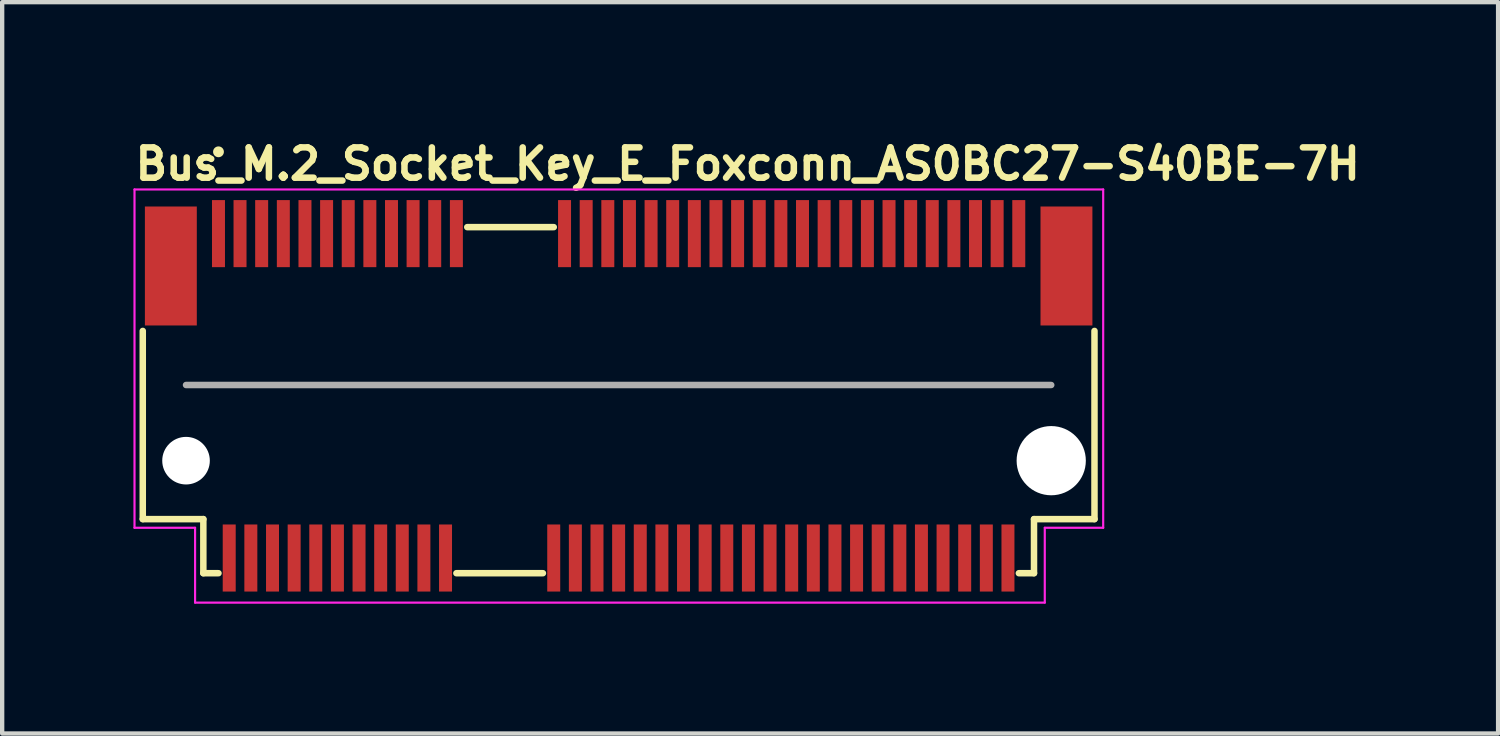
<source format=kicad_pcb>
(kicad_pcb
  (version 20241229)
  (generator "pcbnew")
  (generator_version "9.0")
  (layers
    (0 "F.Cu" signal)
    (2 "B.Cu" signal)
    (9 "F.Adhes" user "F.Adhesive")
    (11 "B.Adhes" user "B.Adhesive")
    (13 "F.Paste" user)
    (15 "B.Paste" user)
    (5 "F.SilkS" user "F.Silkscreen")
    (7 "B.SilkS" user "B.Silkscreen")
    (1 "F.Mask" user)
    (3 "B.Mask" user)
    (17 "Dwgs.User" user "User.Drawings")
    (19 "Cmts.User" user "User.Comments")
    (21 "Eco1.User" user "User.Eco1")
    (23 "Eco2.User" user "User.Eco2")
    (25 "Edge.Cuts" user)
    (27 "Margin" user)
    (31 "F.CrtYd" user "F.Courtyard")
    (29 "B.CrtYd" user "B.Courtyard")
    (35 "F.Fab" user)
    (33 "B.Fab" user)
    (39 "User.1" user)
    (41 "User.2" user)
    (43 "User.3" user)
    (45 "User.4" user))
  (footprint "Bus_M.2_Socket_Key_E_Foxconn_AS0BC27-S40BE-7H"
    (layer "F.Cu")
    (at 11.249 6.099)
    (property "Reference" "Bus_M.2_Socket_Key_E_Foxconn_AS0BC27-S40BE-7H" (at -11.249 -4.949 0) (layer "F.SilkS") (effects (font (size 0.7 0.7) (thickness 0.15)) (justify left bottom)))
    (attr smd)
    (fp_line (start -10.999 2.85) (end -10.999 -1.5) (stroke (width 0.15) (type solid)) (layer "F.SilkS"))
    (fp_line (start -9.599 2.85) (end -10.999 2.85) (stroke (width 0.15) (type solid)) (layer "F.SilkS"))
    (fp_line (start -9.599 2.85) (end -9.599 4.1) (stroke (width 0.15) (type solid)) (layer "F.SilkS"))
    (fp_line (start -9.599 4.1) (end -9.249 4.1) (stroke (width 0.15) (type solid)) (layer "F.SilkS"))
    (fp_line (start -3.75 4.1) (end -1.75 4.1) (stroke (width 0.15) (type solid)) (layer "F.SilkS"))
    (fp_line (start -3.499 -3.899) (end -1.499 -3.899) (stroke (width 0.15) (type solid)) (layer "F.SilkS"))
    (fp_line (start 9.251 4.1) (end 9.601 4.1) (stroke (width 0.15) (type solid)) (layer "F.SilkS"))
    (fp_line (start 9.601 4.1) (end 9.601 2.85) (stroke (width 0.15) (type solid)) (layer "F.SilkS"))
    (fp_line (start 10.999 -1.5) (end 10.999 2.85) (stroke (width 0.15) (type solid)) (layer "F.SilkS"))
    (fp_line (start 10.999 2.85) (end 9.601 2.85) (stroke (width 0.15) (type solid)) (layer "F.SilkS"))
    (fp_circle (center -9.249 -5.64) (end -9.199 -5.64) (stroke (width 0.15) (type solid)) (fill yes) (layer "F.SilkS"))
    (fp_line (start -11.19 -4.77) (end -11.19 3.05) (stroke (width 0.05) (type solid)) (layer "F.CrtYd"))
    (fp_line (start -11.19 3.05) (end -9.79 3.05) (stroke (width 0.05) (type solid)) (layer "F.CrtYd"))
    (fp_line (start -9.79 3.05) (end -9.79 4.78) (stroke (width 0.05) (type solid)) (layer "F.CrtYd"))
    (fp_line (start -9.79 4.78) (end 9.85 4.78) (stroke (width 0.05) (type solid)) (layer "F.CrtYd"))
    (fp_line (start 9.85 3.05) (end 11.2 3.05) (stroke (width 0.05) (type solid)) (layer "F.CrtYd"))
    (fp_line (start 9.85 4.78) (end 9.85 3.05) (stroke (width 0.05) (type solid)) (layer "F.CrtYd"))
    (fp_line (start 11.2 -4.77) (end -11.19 -4.77) (stroke (width 0.05) (type solid)) (layer "F.CrtYd"))
    (fp_line (start 11.2 3.05) (end 11.2 -4.77) (stroke (width 0.05) (type solid)) (layer "F.CrtYd"))
    (fp_line (start -9.999 -0.25) (end 9.999 -0.25) (stroke (width 0.15) (type solid)) (layer "F.Fab"))
    (fp_rect (start -10.949 -4.349) (end 10.95 4.35) (stroke (width 0.1) (type solid)) (fill no) (layer "User.5"))
    (fp_line (start -10.949 -3.749) (end -10.949 1.749) (stroke (width 0.02) (type solid)) (layer "User.9"))
    (fp_line (start -10.949 -3.749) (end 10.95 -3.749) (stroke (width 0.02) (type solid)) (layer "User.9"))
    (fp_line (start -10.949 2.183) (end -10.949 1.749) (stroke (width 0.02) (type solid)) (layer "User.9"))
    (fp_line (start -10.949 2.183) (end -10.949 2.183) (stroke (width 0.02) (type solid)) (layer "User.9"))
    (fp_line (start -10.949 2.374) (end -10.949 2.183) (stroke (width 0.02) (type solid)) (layer "User.9"))
    (fp_line (start -10.949 2.374) (end -10.949 2.374) (stroke (width 0.02) (type solid)) (layer "User.9"))
    (fp_line (start -10.949 2.457) (end -10.949 2.374) (stroke (width 0.02) (type solid)) (layer "User.9"))
    (fp_line (start -10.949 2.457) (end -10.949 2.457) (stroke (width 0.02) (type solid)) (layer "User.9"))
    (fp_line (start -10.949 2.531) (end -10.949 2.457) (stroke (width 0.02) (type solid)) (layer "User.9"))
    (fp_line (start -10.949 2.531) (end -10.949 2.531) (stroke (width 0.02) (type solid)) (layer "User.9"))
    (fp_line (start -10.949 2.595) (end -10.949 2.531) (stroke (width 0.02) (type solid)) (layer "User.9"))
    (fp_line (start -10.949 2.595) (end -10.949 2.595) (stroke (width 0.02) (type solid)) (layer "User.9"))
    (fp_line (start -10.949 2.651) (end -10.949 2.595) (stroke (width 0.02) (type solid)) (layer "User.9"))
    (fp_line (start -10.949 2.651) (end -10.949 2.651) (stroke (width 0.02) (type solid)) (layer "User.9"))
    (fp_line (start -10.949 2.693) (end -10.949 2.651) (stroke (width 0.02) (type solid)) (layer "User.9"))
    (fp_line (start -10.949 2.693) (end -10.949 2.693) (stroke (width 0.02) (type solid)) (layer "User.9"))
    (fp_line (start -10.949 2.725) (end -10.949 2.693) (stroke (width 0.02) (type solid)) (layer "User.9"))
    (fp_line (start -10.949 2.725) (end -10.949 2.725) (stroke (width 0.02) (type solid)) (layer "User.9"))
    (fp_line (start -10.949 2.744) (end -10.949 2.725) (stroke (width 0.02) (type solid)) (layer "User.9"))
    (fp_line (start -10.949 2.744) (end -10.949 2.744) (stroke (width 0.02) (type solid)) (layer "User.9"))
    (fp_line (start -10.949 2.749) (end -10.949 2.744) (stroke (width 0.02) (type solid)) (layer "User.9"))
    (fp_line (start -10.949 2.749) (end -10.574 2.749) (stroke (width 0.02) (type solid)) (layer "User.9"))
    (fp_line (start -10.574 1.749) (end -2.674 1.749) (stroke (width 0.02) (type solid)) (layer "User.9"))
    (fp_line (start -10.574 2.749) (end -10.55 2.749) (stroke (width 0.02) (type solid)) (layer "User.9"))
    (fp_line (start -10.55 2.749) (end -10.525 2.747) (stroke (width 0.02) (type solid)) (layer "User.9"))
    (fp_line (start -10.525 2.747) (end -10.501 2.744) (stroke (width 0.02) (type solid)) (layer "User.9"))
    (fp_line (start -10.501 2.744) (end -10.477 2.741) (stroke (width 0.02) (type solid)) (layer "User.9"))
    (fp_line (start -10.477 2.741) (end -10.453 2.733) (stroke (width 0.02) (type solid)) (layer "User.9"))
    (fp_line (start -10.453 2.733) (end -10.429 2.728) (stroke (width 0.02) (type solid)) (layer "User.9"))
    (fp_line (start -10.429 2.728) (end -10.407 2.72) (stroke (width 0.02) (type solid)) (layer "User.9"))
    (fp_line (start -10.407 2.72) (end -10.384 2.712) (stroke (width 0.02) (type solid)) (layer "User.9"))
    (fp_line (start -10.384 2.712) (end -10.362 2.701) (stroke (width 0.02) (type solid)) (layer "User.9"))
    (fp_line (start -10.362 2.701) (end -10.34 2.691) (stroke (width 0.02) (type solid)) (layer "User.9"))
    (fp_line (start -10.34 2.691) (end -10.318 2.68) (stroke (width 0.02) (type solid)) (layer "User.9"))
    (fp_line (start -10.318 2.68) (end -10.298 2.664) (stroke (width 0.02) (type solid)) (layer "User.9"))
    (fp_line (start -10.298 2.664) (end -10.278 2.651) (stroke (width 0.02) (type solid)) (layer "User.9"))
    (fp_line (start -10.278 2.651) (end -10.259 2.635) (stroke (width 0.02) (type solid)) (layer "User.9"))
    (fp_line (start -10.259 2.635) (end -10.239 2.619) (stroke (width 0.02) (type solid)) (layer "User.9"))
    (fp_line (start -10.239 2.619) (end -10.221 2.603) (stroke (width 0.02) (type solid)) (layer "User.9"))
    (fp_line (start -10.221 2.603) (end -10.221 2.603) (stroke (width 0.02) (type solid)) (layer "User.9"))
    (fp_line (start -10.221 2.603) (end -10.205 2.584) (stroke (width 0.02) (type solid)) (layer "User.9"))
    (fp_line (start -10.205 2.584) (end -10.189 2.566) (stroke (width 0.02) (type solid)) (layer "User.9"))
    (fp_line (start -10.189 2.566) (end -10.174 2.547) (stroke (width 0.02) (type solid)) (layer "User.9"))
    (fp_line (start -10.174 2.547) (end -10.16 2.528) (stroke (width 0.02) (type solid)) (layer "User.9"))
    (fp_line (start -10.16 2.528) (end -10.145 2.507) (stroke (width 0.02) (type solid)) (layer "User.9"))
    (fp_line (start -10.145 2.507) (end -10.133 2.486) (stroke (width 0.02) (type solid)) (layer "User.9"))
    (fp_line (start -10.133 2.486) (end -10.122 2.462) (stroke (width 0.02) (type solid)) (layer "User.9"))
    (fp_line (start -10.122 2.462) (end -10.113 2.441) (stroke (width 0.02) (type solid)) (layer "User.9"))
    (fp_line (start -10.113 2.441) (end -10.104 2.419) (stroke (width 0.02) (type solid)) (layer "User.9"))
    (fp_line (start -10.104 2.419) (end -10.096 2.395) (stroke (width 0.02) (type solid)) (layer "User.9"))
    (fp_line (start -10.096 2.395) (end -10.09 2.372) (stroke (width 0.02) (type solid)) (layer "User.9"))
    (fp_line (start -10.09 2.372) (end -10.084 2.348) (stroke (width 0.02) (type solid)) (layer "User.9"))
    (fp_line (start -10.084 2.348) (end -10.081 2.324) (stroke (width 0.02) (type solid)) (layer "User.9"))
    (fp_line (start -10.081 2.324) (end -10.078 2.3) (stroke (width 0.02) (type solid)) (layer "User.9"))
    (fp_line (start -10.078 2.3) (end -10.076 2.273) (stroke (width 0.02) (type solid)) (layer "User.9"))
    (fp_line (start -10.076 2.273) (end -10.075 2.249) (stroke (width 0.02) (type solid)) (layer "User.9"))
    (fp_line (start -10.075 2.103) (end -10.075 1.749) (stroke (width 0.02) (type solid)) (layer "User.9"))
    (fp_line (start -10.075 2.103) (end -10.075 2.103) (stroke (width 0.02) (type solid)) (layer "User.9"))
    (fp_line (start -10.075 2.249) (end -10.075 2.103) (stroke (width 0.02) (type solid)) (layer "User.9"))
    (fp_line (start -9.55 -3.22) (end -8.95 -3.22) (stroke (width 0.02) (type solid)) (layer "User.9"))
    (fp_line (start -9.499 1.749) (end -9.499 3.999) (stroke (width 0.02) (type solid)) (layer "User.9"))
    (fp_line (start -9.499 2.749) (end -10.574 2.749) (stroke (width 0.02) (type solid)) (layer "User.9"))
    (fp_line (start -9.499 3.999) (end -3.655 3.999) (stroke (width 0.02) (type solid)) (layer "User.9"))
    (fp_line (start -9.324 -4.349) (end -9.324 -3.85) (stroke (width 0.02) (type solid)) (layer "User.9"))
    (fp_line (start -9.324 -4.349) (end -9.176 -4.349) (stroke (width 0.02) (type solid)) (layer "User.9"))
    (fp_line (start -9.324 -3.85) (end -9.324 -3.749) (stroke (width 0.02) (type solid)) (layer "User.9"))
    (fp_line (start -9.249 -3.74) (end -9.55 -3.22) (stroke (width 0.02) (type solid)) (layer "User.9"))
    (fp_line (start -9.176 -4.349) (end -9.176 -3.85) (stroke (width 0.02) (type solid)) (layer "User.9"))
    (fp_line (start -9.176 -3.85) (end -9.176 -3.749) (stroke (width 0.02) (type solid)) (layer "User.9"))
    (fp_line (start -9.094 2.252) (end -9.074 1.981) (stroke (width 0.02) (type solid)) (layer "User.9"))
    (fp_line (start -9.094 2.252) (end -8.906 2.252) (stroke (width 0.02) (type solid)) (layer "User.9"))
    (fp_line (start -9.074 1.749) (end -9.074 1.797) (stroke (width 0.02) (type solid)) (layer "User.9"))
    (fp_line (start -9.074 1.903) (end -9.074 1.797) (stroke (width 0.02) (type solid)) (layer "User.9"))
    (fp_line (start -9.074 1.903) (end -9.074 1.981) (stroke (width 0.02) (type solid)) (layer "User.9"))
    (fp_line (start -9.074 3.999) (end -9.074 4.35) (stroke (width 0.02) (type solid)) (layer "User.9"))
    (fp_line (start -9.074 4.35) (end -8.925 4.35) (stroke (width 0.02) (type solid)) (layer "User.9"))
    (fp_line (start -8.95 -3.22) (end -9.249 -3.74) (stroke (width 0.02) (type solid)) (layer "User.9"))
    (fp_line (start -8.925 1.749) (end -8.925 1.797) (stroke (width 0.02) (type solid)) (layer "User.9"))
    (fp_line (start -8.925 1.903) (end -8.925 1.797) (stroke (width 0.02) (type solid)) (layer "User.9"))
    (fp_line (start -8.925 1.903) (end -8.925 1.981) (stroke (width 0.02) (type solid)) (layer "User.9"))
    (fp_line (start -8.925 3.999) (end -8.925 4.35) (stroke (width 0.02) (type solid)) (layer "User.9"))
    (fp_line (start -8.906 2.252) (end -8.925 1.981) (stroke (width 0.02) (type solid)) (layer "User.9"))
    (fp_line (start -8.825 -4.349) (end -8.825 -3.85) (stroke (width 0.02) (type solid)) (layer "User.9"))
    (fp_line (start -8.825 -4.349) (end -8.675 -4.349) (stroke (width 0.02) (type solid)) (layer "User.9"))
    (fp_line (start -8.825 -3.85) (end -8.825 -3.749) (stroke (width 0.02) (type solid)) (layer "User.9"))
    (fp_line (start -8.675 -4.349) (end -8.675 -3.85) (stroke (width 0.02) (type solid)) (layer "User.9"))
    (fp_line (start -8.675 -3.85) (end -8.675 -3.749) (stroke (width 0.02) (type solid)) (layer "User.9"))
    (fp_line (start -8.593 2.252) (end -8.574 1.981) (stroke (width 0.02) (type solid)) (layer "User.9"))
    (fp_line (start -8.593 2.252) (end -8.407 2.252) (stroke (width 0.02) (type solid)) (layer "User.9"))
    (fp_line (start -8.574 1.749) (end -8.574 1.797) (stroke (width 0.02) (type solid)) (layer "User.9"))
    (fp_line (start -8.574 1.903) (end -8.574 1.797) (stroke (width 0.02) (type solid)) (layer "User.9"))
    (fp_line (start -8.574 1.903) (end -8.574 1.981) (stroke (width 0.02) (type solid)) (layer "User.9"))
    (fp_line (start -8.574 3.999) (end -8.574 4.35) (stroke (width 0.02) (type solid)) (layer "User.9"))
    (fp_line (start -8.574 4.35) (end -8.425 4.35) (stroke (width 0.02) (type solid)) (layer "User.9"))
    (fp_line (start -8.425 1.749) (end -8.425 1.797) (stroke (width 0.02) (type solid)) (layer "User.9"))
    (fp_line (start -8.425 1.903) (end -8.425 1.797) (stroke (width 0.02) (type solid)) (layer "User.9"))
    (fp_line (start -8.425 1.903) (end -8.425 1.981) (stroke (width 0.02) (type solid)) (layer "User.9"))
    (fp_line (start -8.425 3.999) (end -8.425 4.35) (stroke (width 0.02) (type solid)) (layer "User.9"))
    (fp_line (start -8.407 2.252) (end -8.425 1.981) (stroke (width 0.02) (type solid)) (layer "User.9"))
    (fp_line (start -8.324 -4.349) (end -8.324 -3.85) (stroke (width 0.02) (type solid)) (layer "User.9"))
    (fp_line (start -8.324 -4.349) (end -8.175 -4.349) (stroke (width 0.02) (type solid)) (layer "User.9"))
    (fp_line (start -8.324 -3.85) (end -8.324 -3.749) (stroke (width 0.02) (type solid)) (layer "User.9"))
    (fp_line (start -8.175 -4.349) (end -8.175 -3.85) (stroke (width 0.02) (type solid)) (layer "User.9"))
    (fp_line (start -8.175 -3.85) (end -8.175 -3.749) (stroke (width 0.02) (type solid)) (layer "User.9"))
    (fp_line (start -8.093 2.252) (end -8.074 1.981) (stroke (width 0.02) (type solid)) (layer "User.9"))
    (fp_line (start -8.093 2.252) (end -7.907 2.252) (stroke (width 0.02) (type solid)) (layer "User.9"))
    (fp_line (start -8.074 1.749) (end -8.074 1.797) (stroke (width 0.02) (type solid)) (layer "User.9"))
    (fp_line (start -8.074 1.903) (end -8.074 1.797) (stroke (width 0.02) (type solid)) (layer "User.9"))
    (fp_line (start -8.074 1.903) (end -8.074 1.981) (stroke (width 0.02) (type solid)) (layer "User.9"))
    (fp_line (start -8.074 3.999) (end -8.074 4.35) (stroke (width 0.02) (type solid)) (layer "User.9"))
    (fp_line (start -8.074 4.35) (end -7.925 4.35) (stroke (width 0.02) (type solid)) (layer "User.9"))
    (fp_line (start -7.925 1.749) (end -7.925 1.797) (stroke (width 0.02) (type solid)) (layer "User.9"))
    (fp_line (start -7.925 1.903) (end -7.925 1.797) (stroke (width 0.02) (type solid)) (layer "User.9"))
    (fp_line (start -7.925 1.903) (end -7.925 1.981) (stroke (width 0.02) (type solid)) (layer "User.9"))
    (fp_line (start -7.925 3.999) (end -7.925 4.35) (stroke (width 0.02) (type solid)) (layer "User.9"))
    (fp_line (start -7.907 2.252) (end -7.925 1.981) (stroke (width 0.02) (type solid)) (layer "User.9"))
    (fp_line (start -7.826 -4.349) (end -7.826 -3.85) (stroke (width 0.02) (type solid)) (layer "User.9"))
    (fp_line (start -7.826 -4.349) (end -7.675 -4.349) (stroke (width 0.02) (type solid)) (layer "User.9"))
    (fp_line (start -7.826 -3.85) (end -7.826 -3.749) (stroke (width 0.02) (type solid)) (layer "User.9"))
    (fp_line (start -7.675 -4.349) (end -7.675 -3.85) (stroke (width 0.02) (type solid)) (layer "User.9"))
    (fp_line (start -7.675 -3.85) (end -7.675 -3.749) (stroke (width 0.02) (type solid)) (layer "User.9"))
    (fp_line (start -7.593 2.252) (end -7.576 1.981) (stroke (width 0.02) (type solid)) (layer "User.9"))
    (fp_line (start -7.593 2.252) (end -7.407 2.252) (stroke (width 0.02) (type solid)) (layer "User.9"))
    (fp_line (start -7.576 1.749) (end -7.576 1.797) (stroke (width 0.02) (type solid)) (layer "User.9"))
    (fp_line (start -7.576 1.903) (end -7.576 1.797) (stroke (width 0.02) (type solid)) (layer "User.9"))
    (fp_line (start -7.576 1.903) (end -7.576 1.981) (stroke (width 0.02) (type solid)) (layer "User.9"))
    (fp_line (start -7.576 3.999) (end -7.576 4.35) (stroke (width 0.02) (type solid)) (layer "User.9"))
    (fp_line (start -7.576 4.35) (end -7.425 4.35) (stroke (width 0.02) (type solid)) (layer "User.9"))
    (fp_line (start -7.425 1.749) (end -7.425 1.797) (stroke (width 0.02) (type solid)) (layer "User.9"))
    (fp_line (start -7.425 1.903) (end -7.425 1.797) (stroke (width 0.02) (type solid)) (layer "User.9"))
    (fp_line (start -7.425 1.903) (end -7.425 1.981) (stroke (width 0.02) (type solid)) (layer "User.9"))
    (fp_line (start -7.425 3.999) (end -7.425 4.35) (stroke (width 0.02) (type solid)) (layer "User.9"))
    (fp_line (start -7.407 2.252) (end -7.425 1.981) (stroke (width 0.02) (type solid)) (layer "User.9"))
    (fp_line (start -7.326 -4.349) (end -7.326 -3.85) (stroke (width 0.02) (type solid)) (layer "User.9"))
    (fp_line (start -7.326 -4.349) (end -7.174 -4.349) (stroke (width 0.02) (type solid)) (layer "User.9"))
    (fp_line (start -7.326 -3.85) (end -7.326 -3.749) (stroke (width 0.02) (type solid)) (layer "User.9"))
    (fp_line (start -7.174 -4.349) (end -7.174 -3.85) (stroke (width 0.02) (type solid)) (layer "User.9"))
    (fp_line (start -7.174 -3.85) (end -7.174 -3.749) (stroke (width 0.02) (type solid)) (layer "User.9"))
    (fp_line (start -7.093 2.252) (end -7.076 1.981) (stroke (width 0.02) (type solid)) (layer "User.9"))
    (fp_line (start -7.093 2.252) (end -6.907 2.252) (stroke (width 0.02) (type solid)) (layer "User.9"))
    (fp_line (start -7.076 1.749) (end -7.076 1.797) (stroke (width 0.02) (type solid)) (layer "User.9"))
    (fp_line (start -7.076 1.903) (end -7.076 1.797) (stroke (width 0.02) (type solid)) (layer "User.9"))
    (fp_line (start -7.076 1.903) (end -7.076 1.981) (stroke (width 0.02) (type solid)) (layer "User.9"))
    (fp_line (start -7.076 3.999) (end -7.076 4.35) (stroke (width 0.02) (type solid)) (layer "User.9"))
    (fp_line (start -7.076 4.35) (end -6.924 4.35) (stroke (width 0.02) (type solid)) (layer "User.9"))
    (fp_line (start -6.924 1.749) (end -6.924 1.797) (stroke (width 0.02) (type solid)) (layer "User.9"))
    (fp_line (start -6.924 1.903) (end -6.924 1.797) (stroke (width 0.02) (type solid)) (layer "User.9"))
    (fp_line (start -6.924 1.903) (end -6.924 1.981) (stroke (width 0.02) (type solid)) (layer "User.9"))
    (fp_line (start -6.924 3.999) (end -6.924 4.35) (stroke (width 0.02) (type solid)) (layer "User.9"))
    (fp_line (start -6.907 2.252) (end -6.924 1.981) (stroke (width 0.02) (type solid)) (layer "User.9"))
    (fp_line (start -6.826 -4.349) (end -6.826 -3.85) (stroke (width 0.02) (type solid)) (layer "User.9"))
    (fp_line (start -6.826 -4.349) (end -6.674 -4.349) (stroke (width 0.02) (type solid)) (layer "User.9"))
    (fp_line (start -6.826 -3.85) (end -6.826 -3.749) (stroke (width 0.02) (type solid)) (layer "User.9"))
    (fp_line (start -6.674 -4.349) (end -6.674 -3.85) (stroke (width 0.02) (type solid)) (layer "User.9"))
    (fp_line (start -6.674 -3.85) (end -6.674 -3.749) (stroke (width 0.02) (type solid)) (layer "User.9"))
    (fp_line (start -6.593 2.252) (end -6.576 1.981) (stroke (width 0.02) (type solid)) (layer "User.9"))
    (fp_line (start -6.593 2.252) (end -6.407 2.252) (stroke (width 0.02) (type solid)) (layer "User.9"))
    (fp_line (start -6.576 1.749) (end -6.576 1.797) (stroke (width 0.02) (type solid)) (layer "User.9"))
    (fp_line (start -6.576 1.903) (end -6.576 1.797) (stroke (width 0.02) (type solid)) (layer "User.9"))
    (fp_line (start -6.576 1.903) (end -6.576 1.981) (stroke (width 0.02) (type solid)) (layer "User.9"))
    (fp_line (start -6.576 3.999) (end -6.576 4.35) (stroke (width 0.02) (type solid)) (layer "User.9"))
    (fp_line (start -6.576 4.35) (end -6.424 4.35) (stroke (width 0.02) (type solid)) (layer "User.9"))
    (fp_line (start -6.424 1.749) (end -6.424 1.797) (stroke (width 0.02) (type solid)) (layer "User.9"))
    (fp_line (start -6.424 1.903) (end -6.424 1.797) (stroke (width 0.02) (type solid)) (layer "User.9"))
    (fp_line (start -6.424 1.903) (end -6.424 1.981) (stroke (width 0.02) (type solid)) (layer "User.9"))
    (fp_line (start -6.424 3.999) (end -6.424 4.35) (stroke (width 0.02) (type solid)) (layer "User.9"))
    (fp_line (start -6.407 2.252) (end -6.424 1.981) (stroke (width 0.02) (type solid)) (layer "User.9"))
    (fp_line (start -6.326 -4.349) (end -6.326 -3.85) (stroke (width 0.02) (type solid)) (layer "User.9"))
    (fp_line (start -6.326 -4.349) (end -6.174 -4.349) (stroke (width 0.02) (type solid)) (layer "User.9"))
    (fp_line (start -6.326 -3.85) (end -6.326 -3.749) (stroke (width 0.02) (type solid)) (layer "User.9"))
    (fp_line (start -6.174 -4.349) (end -6.174 -3.85) (stroke (width 0.02) (type solid)) (layer "User.9"))
    (fp_line (start -6.174 -3.85) (end -6.174 -3.749) (stroke (width 0.02) (type solid)) (layer "User.9"))
    (fp_line (start -6.093 2.252) (end -6.076 1.981) (stroke (width 0.02) (type solid)) (layer "User.9"))
    (fp_line (start -6.093 2.252) (end -5.907 2.252) (stroke (width 0.02) (type solid)) (layer "User.9"))
    (fp_line (start -6.076 1.749) (end -6.076 1.797) (stroke (width 0.02) (type solid)) (layer "User.9"))
    (fp_line (start -6.076 1.903) (end -6.076 1.797) (stroke (width 0.02) (type solid)) (layer "User.9"))
    (fp_line (start -6.076 1.903) (end -6.076 1.981) (stroke (width 0.02) (type solid)) (layer "User.9"))
    (fp_line (start -6.076 3.999) (end -6.076 4.35) (stroke (width 0.02) (type solid)) (layer "User.9"))
    (fp_line (start -6.076 4.35) (end -5.924 4.35) (stroke (width 0.02) (type solid)) (layer "User.9"))
    (fp_line (start -5.924 1.749) (end -5.924 1.797) (stroke (width 0.02) (type solid)) (layer "User.9"))
    (fp_line (start -5.924 1.903) (end -5.924 1.797) (stroke (width 0.02) (type solid)) (layer "User.9"))
    (fp_line (start -5.924 1.903) (end -5.924 1.981) (stroke (width 0.02) (type solid)) (layer "User.9"))
    (fp_line (start -5.924 3.999) (end -5.924 4.35) (stroke (width 0.02) (type solid)) (layer "User.9"))
    (fp_line (start -5.907 2.252) (end -5.924 1.981) (stroke (width 0.02) (type solid)) (layer "User.9"))
    (fp_line (start -5.826 -4.349) (end -5.826 -3.85) (stroke (width 0.02) (type solid)) (layer "User.9"))
    (fp_line (start -5.826 -4.349) (end -5.674 -4.349) (stroke (width 0.02) (type solid)) (layer "User.9"))
    (fp_line (start -5.826 -3.85) (end -5.826 -3.749) (stroke (width 0.02) (type solid)) (layer "User.9"))
    (fp_line (start -5.674 -4.349) (end -5.674 -3.85) (stroke (width 0.02) (type solid)) (layer "User.9"))
    (fp_line (start -5.674 -3.85) (end -5.674 -3.749) (stroke (width 0.02) (type solid)) (layer "User.9"))
    (fp_line (start -5.593 2.252) (end -5.576 1.981) (stroke (width 0.02) (type solid)) (layer "User.9"))
    (fp_line (start -5.593 2.252) (end -5.407 2.252) (stroke (width 0.02) (type solid)) (layer "User.9"))
    (fp_line (start -5.576 1.749) (end -5.576 1.797) (stroke (width 0.02) (type solid)) (layer "User.9"))
    (fp_line (start -5.576 1.903) (end -5.576 1.797) (stroke (width 0.02) (type solid)) (layer "User.9"))
    (fp_line (start -5.576 1.903) (end -5.576 1.981) (stroke (width 0.02) (type solid)) (layer "User.9"))
    (fp_line (start -5.576 3.999) (end -5.576 4.35) (stroke (width 0.02) (type solid)) (layer "User.9"))
    (fp_line (start -5.576 4.35) (end -5.424 4.35) (stroke (width 0.02) (type solid)) (layer "User.9"))
    (fp_line (start -5.424 1.749) (end -5.424 1.797) (stroke (width 0.02) (type solid)) (layer "User.9"))
    (fp_line (start -5.424 1.903) (end -5.424 1.797) (stroke (width 0.02) (type solid)) (layer "User.9"))
    (fp_line (start -5.424 1.903) (end -5.424 1.981) (stroke (width 0.02) (type solid)) (layer "User.9"))
    (fp_line (start -5.424 3.999) (end -5.424 4.35) (stroke (width 0.02) (type solid)) (layer "User.9"))
    (fp_line (start -5.407 2.252) (end -5.424 1.981) (stroke (width 0.02) (type solid)) (layer "User.9"))
    (fp_line (start -5.326 -4.349) (end -5.326 -3.85) (stroke (width 0.02) (type solid)) (layer "User.9"))
    (fp_line (start -5.326 -4.349) (end -5.174 -4.349) (stroke (width 0.02) (type solid)) (layer "User.9"))
    (fp_line (start -5.326 -3.85) (end -5.326 -3.749) (stroke (width 0.02) (type solid)) (layer "User.9"))
    (fp_line (start -5.174 -4.349) (end -5.174 -3.85) (stroke (width 0.02) (type solid)) (layer "User.9"))
    (fp_line (start -5.174 -3.85) (end -5.174 -3.749) (stroke (width 0.02) (type solid)) (layer "User.9"))
    (fp_line (start -5.094 2.252) (end -5.075 1.981) (stroke (width 0.02) (type solid)) (layer "User.9"))
    (fp_line (start -5.094 2.252) (end -4.907 2.252) (stroke (width 0.02) (type solid)) (layer "User.9"))
    (fp_line (start -5.075 1.749) (end -5.075 1.797) (stroke (width 0.02) (type solid)) (layer "User.9"))
    (fp_line (start -5.075 1.903) (end -5.075 1.797) (stroke (width 0.02) (type solid)) (layer "User.9"))
    (fp_line (start -5.075 1.903) (end -5.075 1.981) (stroke (width 0.02) (type solid)) (layer "User.9"))
    (fp_line (start -5.075 3.999) (end -5.075 4.35) (stroke (width 0.02) (type solid)) (layer "User.9"))
    (fp_line (start -5.075 4.35) (end -4.924 4.35) (stroke (width 0.02) (type solid)) (layer "User.9"))
    (fp_line (start -4.924 1.749) (end -4.924 1.797) (stroke (width 0.02) (type solid)) (layer "User.9"))
    (fp_line (start -4.924 1.903) (end -4.924 1.797) (stroke (width 0.02) (type solid)) (layer "User.9"))
    (fp_line (start -4.924 1.903) (end -4.924 1.981) (stroke (width 0.02) (type solid)) (layer "User.9"))
    (fp_line (start -4.924 3.999) (end -4.924 4.35) (stroke (width 0.02) (type solid)) (layer "User.9"))
    (fp_line (start -4.907 2.252) (end -4.924 1.981) (stroke (width 0.02) (type solid)) (layer "User.9"))
    (fp_line (start -4.825 -4.349) (end -4.825 -3.85) (stroke (width 0.02) (type solid)) (layer "User.9"))
    (fp_line (start -4.825 -4.349) (end -4.674 -4.349) (stroke (width 0.02) (type solid)) (layer "User.9"))
    (fp_line (start -4.825 -3.85) (end -4.825 -3.749) (stroke (width 0.02) (type solid)) (layer "User.9"))
    (fp_line (start -4.674 -4.349) (end -4.674 -3.85) (stroke (width 0.02) (type solid)) (layer "User.9"))
    (fp_line (start -4.674 -3.85) (end -4.674 -3.749) (stroke (width 0.02) (type solid)) (layer "User.9"))
    (fp_line (start -4.594 2.252) (end -4.575 1.981) (stroke (width 0.02) (type solid)) (layer "User.9"))
    (fp_line (start -4.594 2.252) (end -4.407 2.252) (stroke (width 0.02) (type solid)) (layer "User.9"))
    (fp_line (start -4.575 1.749) (end -4.575 1.797) (stroke (width 0.02) (type solid)) (layer "User.9"))
    (fp_line (start -4.575 1.903) (end -4.575 1.797) (stroke (width 0.02) (type solid)) (layer "User.9"))
    (fp_line (start -4.575 1.903) (end -4.575 1.981) (stroke (width 0.02) (type solid)) (layer "User.9"))
    (fp_line (start -4.575 3.999) (end -4.575 4.35) (stroke (width 0.02) (type solid)) (layer "User.9"))
    (fp_line (start -4.575 4.35) (end -4.424 4.35) (stroke (width 0.02) (type solid)) (layer "User.9"))
    (fp_line (start -4.424 1.749) (end -4.424 1.797) (stroke (width 0.02) (type solid)) (layer "User.9"))
    (fp_line (start -4.424 1.903) (end -4.424 1.797) (stroke (width 0.02) (type solid)) (layer "User.9"))
    (fp_line (start -4.424 1.903) (end -4.424 1.981) (stroke (width 0.02) (type solid)) (layer "User.9"))
    (fp_line (start -4.424 3.999) (end -4.424 4.35) (stroke (width 0.02) (type solid)) (layer "User.9"))
    (fp_line (start -4.407 2.252) (end -4.424 1.981) (stroke (width 0.02) (type solid)) (layer "User.9"))
    (fp_line (start -4.325 -4.349) (end -4.325 -3.85) (stroke (width 0.02) (type solid)) (layer "User.9"))
    (fp_line (start -4.325 -4.349) (end -4.174 -4.349) (stroke (width 0.02) (type solid)) (layer "User.9"))
    (fp_line (start -4.325 -3.85) (end -4.325 -3.749) (stroke (width 0.02) (type solid)) (layer "User.9"))
    (fp_line (start -4.174 -4.349) (end -4.174 -3.85) (stroke (width 0.02) (type solid)) (layer "User.9"))
    (fp_line (start -4.174 -3.85) (end -4.174 -3.749) (stroke (width 0.02) (type solid)) (layer "User.9"))
    (fp_line (start -4.094 2.252) (end -4.075 1.981) (stroke (width 0.02) (type solid)) (layer "User.9"))
    (fp_line (start -4.094 2.252) (end -3.907 2.252) (stroke (width 0.02) (type solid)) (layer "User.9"))
    (fp_line (start -4.075 1.749) (end -4.075 1.797) (stroke (width 0.02) (type solid)) (layer "User.9"))
    (fp_line (start -4.075 1.903) (end -4.075 1.797) (stroke (width 0.02) (type solid)) (layer "User.9"))
    (fp_line (start -4.075 1.903) (end -4.075 1.981) (stroke (width 0.02) (type solid)) (layer "User.9"))
    (fp_line (start -4.075 3.999) (end -4.075 4.35) (stroke (width 0.02) (type solid)) (layer "User.9"))
    (fp_line (start -4.075 4.35) (end -3.924 4.35) (stroke (width 0.02) (type solid)) (layer "User.9"))
    (fp_line (start -3.924 1.749) (end -3.924 1.797) (stroke (width 0.02) (type solid)) (layer "User.9"))
    (fp_line (start -3.924 1.903) (end -3.924 1.797) (stroke (width 0.02) (type solid)) (layer "User.9"))
    (fp_line (start -3.924 1.903) (end -3.924 1.981) (stroke (width 0.02) (type solid)) (layer "User.9"))
    (fp_line (start -3.924 3.999) (end -3.924 4.35) (stroke (width 0.02) (type solid)) (layer "User.9"))
    (fp_line (start -3.907 2.252) (end -3.924 1.981) (stroke (width 0.02) (type solid)) (layer "User.9"))
    (fp_line (start -3.825 -4.349) (end -3.825 -3.85) (stroke (width 0.02) (type solid)) (layer "User.9"))
    (fp_line (start -3.825 -4.349) (end -3.674 -4.349) (stroke (width 0.02) (type solid)) (layer "User.9"))
    (fp_line (start -3.825 -3.85) (end -3.825 -3.749) (stroke (width 0.02) (type solid)) (layer "User.9"))
    (fp_line (start -3.674 -4.349) (end -3.674 -3.85) (stroke (width 0.02) (type solid)) (layer "User.9"))
    (fp_line (start -3.674 -3.85) (end -3.674 -3.749) (stroke (width 0.02) (type solid)) (layer "User.9"))
    (fp_line (start -3.655 1.749) (end -3.655 3.999) (stroke (width 0.02) (type solid)) (layer "User.9"))
    (fp_line (start -3.655 3.999) (end -3.546 3.999) (stroke (width 0.02) (type solid)) (layer "User.9"))
    (fp_line (start -3.546 3.749) (end -3.546 3.999) (stroke (width 0.02) (type solid)) (layer "User.9"))
    (fp_line (start -3.546 3.749) (end -1.955 3.749) (stroke (width 0.02) (type solid)) (layer "User.9"))
    (fp_line (start -3.174 2.103) (end -3.174 1.749) (stroke (width 0.02) (type solid)) (layer "User.9"))
    (fp_line (start -3.174 2.103) (end -3.174 2.103) (stroke (width 0.02) (type solid)) (layer "User.9"))
    (fp_line (start -3.174 2.249) (end -3.174 2.103) (stroke (width 0.02) (type solid)) (layer "User.9"))
    (fp_line (start -3.174 2.249) (end -3.174 2.273) (stroke (width 0.02) (type solid)) (layer "User.9"))
    (fp_line (start -3.174 2.273) (end -3.173 2.3) (stroke (width 0.02) (type solid)) (layer "User.9"))
    (fp_line (start -3.173 2.3) (end -3.17 2.324) (stroke (width 0.02) (type solid)) (layer "User.9"))
    (fp_line (start -3.17 2.324) (end -3.165 2.348) (stroke (width 0.02) (type solid)) (layer "User.9"))
    (fp_line (start -3.165 2.348) (end -3.16 2.372) (stroke (width 0.02) (type solid)) (layer "User.9"))
    (fp_line (start -3.16 2.372) (end -3.154 2.395) (stroke (width 0.02) (type solid)) (layer "User.9"))
    (fp_line (start -3.154 2.395) (end -3.146 2.419) (stroke (width 0.02) (type solid)) (layer "User.9"))
    (fp_line (start -3.146 2.419) (end -3.136 2.441) (stroke (width 0.02) (type solid)) (layer "User.9"))
    (fp_line (start -3.136 2.441) (end -3.128 2.462) (stroke (width 0.02) (type solid)) (layer "User.9"))
    (fp_line (start -3.128 2.462) (end -3.117 2.486) (stroke (width 0.02) (type solid)) (layer "User.9"))
    (fp_line (start -3.117 2.486) (end -3.104 2.507) (stroke (width 0.02) (type solid)) (layer "User.9"))
    (fp_line (start -3.104 2.507) (end -3.091 2.528) (stroke (width 0.02) (type solid)) (layer "User.9"))
    (fp_line (start -3.091 2.528) (end -3.077 2.547) (stroke (width 0.02) (type solid)) (layer "User.9"))
    (fp_line (start -3.077 2.547) (end -3.062 2.566) (stroke (width 0.02) (type solid)) (layer "User.9"))
    (fp_line (start -3.062 2.566) (end -3.046 2.584) (stroke (width 0.02) (type solid)) (layer "User.9"))
    (fp_line (start -3.046 2.584) (end -3.029 2.603) (stroke (width 0.02) (type solid)) (layer "User.9"))
    (fp_line (start -3.029 2.603) (end -3.029 2.603) (stroke (width 0.02) (type solid)) (layer "User.9"))
    (fp_line (start -3.029 2.603) (end -3.011 2.619) (stroke (width 0.02) (type solid)) (layer "User.9"))
    (fp_line (start -3.011 2.619) (end -2.992 2.635) (stroke (width 0.02) (type solid)) (layer "User.9"))
    (fp_line (start -2.992 2.635) (end -2.972 2.651) (stroke (width 0.02) (type solid)) (layer "User.9"))
    (fp_line (start -2.972 2.651) (end -2.953 2.664) (stroke (width 0.02) (type solid)) (layer "User.9"))
    (fp_line (start -2.953 2.664) (end -2.931 2.68) (stroke (width 0.02) (type solid)) (layer "User.9"))
    (fp_line (start -2.931 2.68) (end -2.91 2.691) (stroke (width 0.02) (type solid)) (layer "User.9"))
    (fp_line (start -2.91 2.691) (end -2.889 2.701) (stroke (width 0.02) (type solid)) (layer "User.9"))
    (fp_line (start -2.889 2.701) (end -2.867 2.712) (stroke (width 0.02) (type solid)) (layer "User.9"))
    (fp_line (start -2.867 2.712) (end -2.844 2.72) (stroke (width 0.02) (type solid)) (layer "User.9"))
    (fp_line (start -2.844 2.72) (end -2.82 2.728) (stroke (width 0.02) (type solid)) (layer "User.9"))
    (fp_line (start -2.82 2.728) (end -2.796 2.733) (stroke (width 0.02) (type solid)) (layer "User.9"))
    (fp_line (start -2.796 2.733) (end -2.774 2.741) (stroke (width 0.02) (type solid)) (layer "User.9"))
    (fp_line (start -2.774 2.741) (end -2.748 2.744) (stroke (width 0.02) (type solid)) (layer "User.9"))
    (fp_line (start -2.748 2.744) (end -2.724 2.747) (stroke (width 0.02) (type solid)) (layer "User.9"))
    (fp_line (start -2.724 2.747) (end -2.7 2.749) (stroke (width 0.02) (type solid)) (layer "User.9"))
    (fp_line (start -2.7 2.749) (end -2.674 2.749) (stroke (width 0.02) (type solid)) (layer "User.9"))
    (fp_line (start -2.674 2.749) (end -2.575 2.749) (stroke (width 0.02) (type solid)) (layer "User.9"))
    (fp_line (start -2.575 1.749) (end 10.575 1.749) (stroke (width 0.02) (type solid)) (layer "User.9"))
    (fp_line (start -2.551 2.749) (end -2.575 2.749) (stroke (width 0.02) (type solid)) (layer "User.9"))
    (fp_line (start -2.525 2.747) (end -2.551 2.749) (stroke (width 0.02) (type solid)) (layer "User.9"))
    (fp_line (start -2.501 2.744) (end -2.525 2.747) (stroke (width 0.02) (type solid)) (layer "User.9"))
    (fp_line (start -2.476 2.741) (end -2.501 2.744) (stroke (width 0.02) (type solid)) (layer "User.9"))
    (fp_line (start -2.453 2.733) (end -2.476 2.741) (stroke (width 0.02) (type solid)) (layer "User.9"))
    (fp_line (start -2.429 2.728) (end -2.453 2.733) (stroke (width 0.02) (type solid)) (layer "User.9"))
    (fp_line (start -2.407 2.72) (end -2.429 2.728) (stroke (width 0.02) (type solid)) (layer "User.9"))
    (fp_line (start -2.383 2.712) (end -2.407 2.72) (stroke (width 0.02) (type solid)) (layer "User.9"))
    (fp_line (start -2.362 2.701) (end -2.383 2.712) (stroke (width 0.02) (type solid)) (layer "User.9"))
    (fp_line (start -2.34 2.691) (end -2.362 2.701) (stroke (width 0.02) (type solid)) (layer "User.9"))
    (fp_line (start -2.319 2.68) (end -2.34 2.691) (stroke (width 0.02) (type solid)) (layer "User.9"))
    (fp_line (start -2.298 2.664) (end -2.319 2.68) (stroke (width 0.02) (type solid)) (layer "User.9"))
    (fp_line (start -2.277 2.651) (end -2.298 2.664) (stroke (width 0.02) (type solid)) (layer "User.9"))
    (fp_line (start -2.258 2.635) (end -2.277 2.651) (stroke (width 0.02) (type solid)) (layer "User.9"))
    (fp_line (start -2.24 2.619) (end -2.258 2.635) (stroke (width 0.02) (type solid)) (layer "User.9"))
    (fp_line (start -2.221 2.603) (end -2.24 2.619) (stroke (width 0.02) (type solid)) (layer "User.9"))
    (fp_line (start -2.221 2.603) (end -2.221 2.603) (stroke (width 0.02) (type solid)) (layer "User.9"))
    (fp_line (start -2.205 2.584) (end -2.221 2.603) (stroke (width 0.02) (type solid)) (layer "User.9"))
    (fp_line (start -2.189 2.566) (end -2.205 2.584) (stroke (width 0.02) (type solid)) (layer "User.9"))
    (fp_line (start -2.173 2.547) (end -2.189 2.566) (stroke (width 0.02) (type solid)) (layer "User.9"))
    (fp_line (start -2.16 2.528) (end -2.173 2.547) (stroke (width 0.02) (type solid)) (layer "User.9"))
    (fp_line (start -2.146 2.507) (end -2.16 2.528) (stroke (width 0.02) (type solid)) (layer "User.9"))
    (fp_line (start -2.133 2.486) (end -2.146 2.507) (stroke (width 0.02) (type solid)) (layer "User.9"))
    (fp_line (start -2.123 2.462) (end -2.133 2.486) (stroke (width 0.02) (type solid)) (layer "User.9"))
    (fp_line (start -2.114 2.441) (end -2.123 2.462) (stroke (width 0.02) (type solid)) (layer "User.9"))
    (fp_line (start -2.104 2.419) (end -2.114 2.441) (stroke (width 0.02) (type solid)) (layer "User.9"))
    (fp_line (start -2.096 2.395) (end -2.104 2.419) (stroke (width 0.02) (type solid)) (layer "User.9"))
    (fp_line (start -2.091 2.372) (end -2.096 2.395) (stroke (width 0.02) (type solid)) (layer "User.9"))
    (fp_line (start -2.085 2.348) (end -2.091 2.372) (stroke (width 0.02) (type solid)) (layer "User.9"))
    (fp_line (start -2.08 2.324) (end -2.085 2.348) (stroke (width 0.02) (type solid)) (layer "User.9"))
    (fp_line (start -2.078 2.3) (end -2.08 2.324) (stroke (width 0.02) (type solid)) (layer "User.9"))
    (fp_line (start -2.075 1.749) (end -2.075 2.103) (stroke (width 0.02) (type solid)) (layer "User.9"))
    (fp_line (start -2.075 2.103) (end -2.075 2.103) (stroke (width 0.02) (type solid)) (layer "User.9"))
    (fp_line (start -2.075 2.103) (end -2.075 2.249) (stroke (width 0.02) (type solid)) (layer "User.9"))
    (fp_line (start -2.075 2.249) (end -2.075 2.273) (stroke (width 0.02) (type solid)) (layer "User.9"))
    (fp_line (start -2.075 2.273) (end -2.078 2.3) (stroke (width 0.02) (type solid)) (layer "User.9"))
    (fp_line (start -1.955 3.749) (end -1.955 3.999) (stroke (width 0.02) (type solid)) (layer "User.9"))
    (fp_line (start -1.955 3.999) (end -1.844 3.999) (stroke (width 0.02) (type solid)) (layer "User.9"))
    (fp_line (start -1.844 1.749) (end -1.844 3.999) (stroke (width 0.02) (type solid)) (layer "User.9"))
    (fp_line (start -1.844 3.999) (end 9.499 3.999) (stroke (width 0.02) (type solid)) (layer "User.9"))
    (fp_line (start -1.593 2.252) (end -1.575 1.981) (stroke (width 0.02) (type solid)) (layer "User.9"))
    (fp_line (start -1.593 2.252) (end -1.407 2.252) (stroke (width 0.02) (type solid)) (layer "User.9"))
    (fp_line (start -1.575 1.749) (end -1.575 1.797) (stroke (width 0.02) (type solid)) (layer "User.9"))
    (fp_line (start -1.575 1.903) (end -1.575 1.797) (stroke (width 0.02) (type solid)) (layer "User.9"))
    (fp_line (start -1.575 1.903) (end -1.575 1.981) (stroke (width 0.02) (type solid)) (layer "User.9"))
    (fp_line (start -1.575 3.999) (end -1.575 4.35) (stroke (width 0.02) (type solid)) (layer "User.9"))
    (fp_line (start -1.575 4.35) (end -1.424 4.35) (stroke (width 0.02) (type solid)) (layer "User.9"))
    (fp_line (start -1.424 1.749) (end -1.424 1.797) (stroke (width 0.02) (type solid)) (layer "User.9"))
    (fp_line (start -1.424 1.903) (end -1.424 1.797) (stroke (width 0.02) (type solid)) (layer "User.9"))
    (fp_line (start -1.424 1.903) (end -1.424 1.981) (stroke (width 0.02) (type solid)) (layer "User.9"))
    (fp_line (start -1.424 3.999) (end -1.424 4.35) (stroke (width 0.02) (type solid)) (layer "User.9"))
    (fp_line (start -1.407 2.252) (end -1.424 1.981) (stroke (width 0.02) (type solid)) (layer "User.9"))
    (fp_line (start -1.325 -4.349) (end -1.325 -3.85) (stroke (width 0.02) (type solid)) (layer "User.9"))
    (fp_line (start -1.325 -4.349) (end -1.176 -4.349) (stroke (width 0.02) (type solid)) (layer "User.9"))
    (fp_line (start -1.325 -3.85) (end -1.325 -3.749) (stroke (width 0.02) (type solid)) (layer "User.9"))
    (fp_line (start -1.176 -4.349) (end -1.176 -3.85) (stroke (width 0.02) (type solid)) (layer "User.9"))
    (fp_line (start -1.176 -3.85) (end -1.176 -3.749) (stroke (width 0.02) (type solid)) (layer "User.9"))
    (fp_line (start -1.093 2.252) (end -1.073 1.981) (stroke (width 0.02) (type solid)) (layer "User.9"))
    (fp_line (start -1.093 2.252) (end -0.907 2.252) (stroke (width 0.02) (type solid)) (layer "User.9"))
    (fp_line (start -1.073 1.749) (end -1.073 1.797) (stroke (width 0.02) (type solid)) (layer "User.9"))
    (fp_line (start -1.073 1.903) (end -1.073 1.797) (stroke (width 0.02) (type solid)) (layer "User.9"))
    (fp_line (start -1.073 1.903) (end -1.073 1.981) (stroke (width 0.02) (type solid)) (layer "User.9"))
    (fp_line (start -1.073 3.999) (end -1.073 4.35) (stroke (width 0.02) (type solid)) (layer "User.9"))
    (fp_line (start -1.073 4.35) (end -0.926 4.35) (stroke (width 0.02) (type solid)) (layer "User.9"))
    (fp_line (start -0.926 1.749) (end -0.926 1.797) (stroke (width 0.02) (type solid)) (layer "User.9"))
    (fp_line (start -0.926 1.903) (end -0.926 1.797) (stroke (width 0.02) (type solid)) (layer "User.9"))
    (fp_line (start -0.926 1.903) (end -0.926 1.981) (stroke (width 0.02) (type solid)) (layer "User.9"))
    (fp_line (start -0.926 3.999) (end -0.926 4.35) (stroke (width 0.02) (type solid)) (layer "User.9"))
    (fp_line (start -0.907 2.252) (end -0.926 1.981) (stroke (width 0.02) (type solid)) (layer "User.9"))
    (fp_line (start -0.823 -4.349) (end -0.823 -3.85) (stroke (width 0.02) (type solid)) (layer "User.9"))
    (fp_line (start -0.823 -4.349) (end -0.676 -4.349) (stroke (width 0.02) (type solid)) (layer "User.9"))
    (fp_line (start -0.823 -3.85) (end -0.823 -3.749) (stroke (width 0.02) (type solid)) (layer "User.9"))
    (fp_line (start -0.676 -4.349) (end -0.676 -3.85) (stroke (width 0.02) (type solid)) (layer "User.9"))
    (fp_line (start -0.676 -3.85) (end -0.676 -3.749) (stroke (width 0.02) (type solid)) (layer "User.9"))
    (fp_line (start -0.593 2.252) (end -0.573 1.981) (stroke (width 0.02) (type solid)) (layer "User.9"))
    (fp_line (start -0.593 2.252) (end -0.407 2.252) (stroke (width 0.02) (type solid)) (layer "User.9"))
    (fp_line (start -0.573 1.749) (end -0.573 1.797) (stroke (width 0.02) (type solid)) (layer "User.9"))
    (fp_line (start -0.573 1.903) (end -0.573 1.797) (stroke (width 0.02) (type solid)) (layer "User.9"))
    (fp_line (start -0.573 1.903) (end -0.573 1.981) (stroke (width 0.02) (type solid)) (layer "User.9"))
    (fp_line (start -0.573 3.999) (end -0.573 4.35) (stroke (width 0.02) (type solid)) (layer "User.9"))
    (fp_line (start -0.573 4.35) (end -0.426 4.35) (stroke (width 0.02) (type solid)) (layer "User.9"))
    (fp_line (start -0.426 1.749) (end -0.426 1.797) (stroke (width 0.02) (type solid)) (layer "User.9"))
    (fp_line (start -0.426 1.903) (end -0.426 1.797) (stroke (width 0.02) (type solid)) (layer "User.9"))
    (fp_line (start -0.426 1.903) (end -0.426 1.981) (stroke (width 0.02) (type solid)) (layer "User.9"))
    (fp_line (start -0.426 3.999) (end -0.426 4.35) (stroke (width 0.02) (type solid)) (layer "User.9"))
    (fp_line (start -0.407 2.252) (end -0.426 1.981) (stroke (width 0.02) (type solid)) (layer "User.9"))
    (fp_line (start -0.323 -4.349) (end -0.323 -3.85) (stroke (width 0.02) (type solid)) (layer "User.9"))
    (fp_line (start -0.323 -4.349) (end -0.176 -4.349) (stroke (width 0.02) (type solid)) (layer "User.9"))
    (fp_line (start -0.323 -3.85) (end -0.323 -3.749) (stroke (width 0.02) (type solid)) (layer "User.9"))
    (fp_line (start -0.176 -4.349) (end -0.176 -3.85) (stroke (width 0.02) (type solid)) (layer "User.9"))
    (fp_line (start -0.176 -3.85) (end -0.176 -3.749) (stroke (width 0.02) (type solid)) (layer "User.9"))
    (fp_line (start -0.092 2.252) (end -0.073 1.981) (stroke (width 0.02) (type solid)) (layer "User.9"))
    (fp_line (start -0.092 2.252) (end 0.092 2.252) (stroke (width 0.02) (type solid)) (layer "User.9"))
    (fp_line (start -0.073 1.749) (end -0.073 1.797) (stroke (width 0.02) (type solid)) (layer "User.9"))
    (fp_line (start -0.073 1.903) (end -0.073 1.797) (stroke (width 0.02) (type solid)) (layer "User.9"))
    (fp_line (start -0.073 1.903) (end -0.073 1.981) (stroke (width 0.02) (type solid)) (layer "User.9"))
    (fp_line (start -0.073 3.999) (end -0.073 4.35) (stroke (width 0.02) (type solid)) (layer "User.9"))
    (fp_line (start -0.073 4.35) (end 0.073 4.35) (stroke (width 0.02) (type solid)) (layer "User.9"))
    (fp_line (start 0.073 1.749) (end 0.073 1.797) (stroke (width 0.02) (type solid)) (layer "User.9"))
    (fp_line (start 0.073 1.903) (end 0.073 1.797) (stroke (width 0.02) (type solid)) (layer "User.9"))
    (fp_line (start 0.073 1.903) (end 0.073 1.981) (stroke (width 0.02) (type solid)) (layer "User.9"))
    (fp_line (start 0.073 3.999) (end 0.073 4.35) (stroke (width 0.02) (type solid)) (layer "User.9"))
    (fp_line (start 0.092 2.252) (end 0.073 1.981) (stroke (width 0.02) (type solid)) (layer "User.9"))
    (fp_line (start 0.176 -4.349) (end 0.176 -3.85) (stroke (width 0.02) (type solid)) (layer "User.9"))
    (fp_line (start 0.176 -4.349) (end 0.323 -4.349) (stroke (width 0.02) (type solid)) (layer "User.9"))
    (fp_line (start 0.176 -3.85) (end 0.176 -3.749) (stroke (width 0.02) (type solid)) (layer "User.9"))
    (fp_line (start 0.323 -4.349) (end 0.323 -3.85) (stroke (width 0.02) (type solid)) (layer "User.9"))
    (fp_line (start 0.323 -3.85) (end 0.323 -3.749) (stroke (width 0.02) (type solid)) (layer "User.9"))
    (fp_line (start 0.407 2.252) (end 0.426 1.981) (stroke (width 0.02) (type solid)) (layer "User.9"))
    (fp_line (start 0.407 2.252) (end 0.593 2.252) (stroke (width 0.02) (type solid)) (layer "User.9"))
    (fp_line (start 0.426 1.749) (end 0.426 1.797) (stroke (width 0.02) (type solid)) (layer "User.9"))
    (fp_line (start 0.426 1.903) (end 0.426 1.797) (stroke (width 0.02) (type solid)) (layer "User.9"))
    (fp_line (start 0.426 1.903) (end 0.426 1.981) (stroke (width 0.02) (type solid)) (layer "User.9"))
    (fp_line (start 0.426 3.999) (end 0.426 4.35) (stroke (width 0.02) (type solid)) (layer "User.9"))
    (fp_line (start 0.426 4.35) (end 0.573 4.35) (stroke (width 0.02) (type solid)) (layer "User.9"))
    (fp_line (start 0.573 1.749) (end 0.573 1.797) (stroke (width 0.02) (type solid)) (layer "User.9"))
    (fp_line (start 0.573 1.903) (end 0.573 1.797) (stroke (width 0.02) (type solid)) (layer "User.9"))
    (fp_line (start 0.573 1.903) (end 0.573 1.981) (stroke (width 0.02) (type solid)) (layer "User.9"))
    (fp_line (start 0.573 3.999) (end 0.573 4.35) (stroke (width 0.02) (type solid)) (layer "User.9"))
    (fp_line (start 0.593 2.252) (end 0.573 1.981) (stroke (width 0.02) (type solid)) (layer "User.9"))
    (fp_line (start 0.676 -4.349) (end 0.676 -3.85) (stroke (width 0.02) (type solid)) (layer "User.9"))
    (fp_line (start 0.676 -4.349) (end 0.823 -4.349) (stroke (width 0.02) (type solid)) (layer "User.9"))
    (fp_line (start 0.676 -3.85) (end 0.676 -3.749) (stroke (width 0.02) (type solid)) (layer "User.9"))
    (fp_line (start 0.823 -4.349) (end 0.823 -3.85) (stroke (width 0.02) (type solid)) (layer "User.9"))
    (fp_line (start 0.823 -3.85) (end 0.823 -3.749) (stroke (width 0.02) (type solid)) (layer "User.9"))
    (fp_line (start 0.907 2.252) (end 0.926 1.981) (stroke (width 0.02) (type solid)) (layer "User.9"))
    (fp_line (start 0.907 2.252) (end 1.093 2.252) (stroke (width 0.02) (type solid)) (layer "User.9"))
    (fp_line (start 0.926 1.749) (end 0.926 1.797) (stroke (width 0.02) (type solid)) (layer "User.9"))
    (fp_line (start 0.926 1.903) (end 0.926 1.797) (stroke (width 0.02) (type solid)) (layer "User.9"))
    (fp_line (start 0.926 1.903) (end 0.926 1.981) (stroke (width 0.02) (type solid)) (layer "User.9"))
    (fp_line (start 0.926 3.999) (end 0.926 4.35) (stroke (width 0.02) (type solid)) (layer "User.9"))
    (fp_line (start 0.926 4.35) (end 1.073 4.35) (stroke (width 0.02) (type solid)) (layer "User.9"))
    (fp_line (start 1.073 1.749) (end 1.073 1.797) (stroke (width 0.02) (type solid)) (layer "User.9"))
    (fp_line (start 1.073 1.903) (end 1.073 1.797) (stroke (width 0.02) (type solid)) (layer "User.9"))
    (fp_line (start 1.073 1.903) (end 1.073 1.981) (stroke (width 0.02) (type solid)) (layer "User.9"))
    (fp_line (start 1.073 3.999) (end 1.073 4.35) (stroke (width 0.02) (type solid)) (layer "User.9"))
    (fp_line (start 1.093 2.252) (end 1.073 1.981) (stroke (width 0.02) (type solid)) (layer "User.9"))
    (fp_line (start 1.176 -4.349) (end 1.176 -3.85) (stroke (width 0.02) (type solid)) (layer "User.9"))
    (fp_line (start 1.176 -4.349) (end 1.323 -4.349) (stroke (width 0.02) (type solid)) (layer "User.9"))
    (fp_line (start 1.176 -3.85) (end 1.176 -3.749) (stroke (width 0.02) (type solid)) (layer "User.9"))
    (fp_line (start 1.323 -4.349) (end 1.323 -3.85) (stroke (width 0.02) (type solid)) (layer "User.9"))
    (fp_line (start 1.323 -3.85) (end 1.323 -3.749) (stroke (width 0.02) (type solid)) (layer "User.9"))
    (fp_line (start 1.407 2.252) (end 1.426 1.981) (stroke (width 0.02) (type solid)) (layer "User.9"))
    (fp_line (start 1.407 2.252) (end 1.593 2.252) (stroke (width 0.02) (type solid)) (layer "User.9"))
    (fp_line (start 1.426 1.749) (end 1.426 1.797) (stroke (width 0.02) (type solid)) (layer "User.9"))
    (fp_line (start 1.426 1.903) (end 1.426 1.797) (stroke (width 0.02) (type solid)) (layer "User.9"))
    (fp_line (start 1.426 1.903) (end 1.426 1.981) (stroke (width 0.02) (type solid)) (layer "User.9"))
    (fp_line (start 1.426 3.999) (end 1.426 4.35) (stroke (width 0.02) (type solid)) (layer "User.9"))
    (fp_line (start 1.426 4.35) (end 1.573 4.35) (stroke (width 0.02) (type solid)) (layer "User.9"))
    (fp_line (start 1.573 1.749) (end 1.573 1.797) (stroke (width 0.02) (type solid)) (layer "User.9"))
    (fp_line (start 1.573 1.903) (end 1.573 1.797) (stroke (width 0.02) (type solid)) (layer "User.9"))
    (fp_line (start 1.573 1.903) (end 1.573 1.981) (stroke (width 0.02) (type solid)) (layer "User.9"))
    (fp_line (start 1.573 3.999) (end 1.573 4.35) (stroke (width 0.02) (type solid)) (layer "User.9"))
    (fp_line (start 1.593 2.252) (end 1.573 1.981) (stroke (width 0.02) (type solid)) (layer "User.9"))
    (fp_line (start 1.676 -4.349) (end 1.676 -3.85) (stroke (width 0.02) (type solid)) (layer "User.9"))
    (fp_line (start 1.676 -4.349) (end 1.823 -4.349) (stroke (width 0.02) (type solid)) (layer "User.9"))
    (fp_line (start 1.676 -3.85) (end 1.676 -3.749) (stroke (width 0.02) (type solid)) (layer "User.9"))
    (fp_line (start 1.823 -4.349) (end 1.823 -3.85) (stroke (width 0.02) (type solid)) (layer "User.9"))
    (fp_line (start 1.823 -3.85) (end 1.823 -3.749) (stroke (width 0.02) (type solid)) (layer "User.9"))
    (fp_line (start 1.907 2.252) (end 1.926 1.981) (stroke (width 0.02) (type solid)) (layer "User.9"))
    (fp_line (start 1.907 2.252) (end 2.093 2.252) (stroke (width 0.02) (type solid)) (layer "User.9"))
    (fp_line (start 1.926 1.749) (end 1.926 1.797) (stroke (width 0.02) (type solid)) (layer "User.9"))
    (fp_line (start 1.926 1.903) (end 1.926 1.797) (stroke (width 0.02) (type solid)) (layer "User.9"))
    (fp_line (start 1.926 1.903) (end 1.926 1.981) (stroke (width 0.02) (type solid)) (layer "User.9"))
    (fp_line (start 1.926 3.999) (end 1.926 4.35) (stroke (width 0.02) (type solid)) (layer "User.9"))
    (fp_line (start 1.926 4.35) (end 2.074 4.35) (stroke (width 0.02) (type solid)) (layer "User.9"))
    (fp_line (start 2.074 1.749) (end 2.074 1.797) (stroke (width 0.02) (type solid)) (layer "User.9"))
    (fp_line (start 2.074 1.903) (end 2.074 1.797) (stroke (width 0.02) (type solid)) (layer "User.9"))
    (fp_line (start 2.074 1.903) (end 2.074 1.981) (stroke (width 0.02) (type solid)) (layer "User.9"))
    (fp_line (start 2.074 3.999) (end 2.074 4.35) (stroke (width 0.02) (type solid)) (layer "User.9"))
    (fp_line (start 2.093 2.252) (end 2.074 1.981) (stroke (width 0.02) (type solid)) (layer "User.9"))
    (fp_line (start 2.176 -4.349) (end 2.176 -3.85) (stroke (width 0.02) (type solid)) (layer "User.9"))
    (fp_line (start 2.176 -4.349) (end 2.324 -4.349) (stroke (width 0.02) (type solid)) (layer "User.9"))
    (fp_line (start 2.176 -3.85) (end 2.176 -3.749) (stroke (width 0.02) (type solid)) (layer "User.9"))
    (fp_line (start 2.324 -4.349) (end 2.324 -3.85) (stroke (width 0.02) (type solid)) (layer "User.9"))
    (fp_line (start 2.324 -3.85) (end 2.324 -3.749) (stroke (width 0.02) (type solid)) (layer "User.9"))
    (fp_line (start 2.407 2.252) (end 2.426 1.981) (stroke (width 0.02) (type solid)) (layer "User.9"))
    (fp_line (start 2.407 2.252) (end 2.593 2.252) (stroke (width 0.02) (type solid)) (layer "User.9"))
    (fp_line (start 2.426 1.749) (end 2.426 1.797) (stroke (width 0.02) (type solid)) (layer "User.9"))
    (fp_line (start 2.426 1.903) (end 2.426 1.797) (stroke (width 0.02) (type solid)) (layer "User.9"))
    (fp_line (start 2.426 1.903) (end 2.426 1.981) (stroke (width 0.02) (type solid)) (layer "User.9"))
    (fp_line (start 2.426 3.999) (end 2.426 4.35) (stroke (width 0.02) (type solid)) (layer "User.9"))
    (fp_line (start 2.426 4.35) (end 2.574 4.35) (stroke (width 0.02) (type solid)) (layer "User.9"))
    (fp_line (start 2.574 1.749) (end 2.574 1.797) (stroke (width 0.02) (type solid)) (layer "User.9"))
    (fp_line (start 2.574 1.903) (end 2.574 1.797) (stroke (width 0.02) (type solid)) (layer "User.9"))
    (fp_line (start 2.574 1.903) (end 2.574 1.981) (stroke (width 0.02) (type solid)) (layer "User.9"))
    (fp_line (start 2.574 3.999) (end 2.574 4.35) (stroke (width 0.02) (type solid)) (layer "User.9"))
    (fp_line (start 2.593 2.252) (end 2.574 1.981) (stroke (width 0.02) (type solid)) (layer "User.9"))
    (fp_line (start 2.676 -4.349) (end 2.676 -3.85) (stroke (width 0.02) (type solid)) (layer "User.9"))
    (fp_line (start 2.676 -4.349) (end 2.824 -4.349) (stroke (width 0.02) (type solid)) (layer "User.9"))
    (fp_line (start 2.676 -3.85) (end 2.676 -3.749) (stroke (width 0.02) (type solid)) (layer "User.9"))
    (fp_line (start 2.824 -4.349) (end 2.824 -3.85) (stroke (width 0.02) (type solid)) (layer "User.9"))
    (fp_line (start 2.824 -3.85) (end 2.824 -3.749) (stroke (width 0.02) (type solid)) (layer "User.9"))
    (fp_line (start 2.907 2.252) (end 2.926 1.981) (stroke (width 0.02) (type solid)) (layer "User.9"))
    (fp_line (start 2.907 2.252) (end 3.093 2.252) (stroke (width 0.02) (type solid)) (layer "User.9"))
    (fp_line (start 2.926 1.749) (end 2.926 1.797) (stroke (width 0.02) (type solid)) (layer "User.9"))
    (fp_line (start 2.926 1.903) (end 2.926 1.797) (stroke (width 0.02) (type solid)) (layer "User.9"))
    (fp_line (start 2.926 1.903) (end 2.926 1.981) (stroke (width 0.02) (type solid)) (layer "User.9"))
    (fp_line (start 2.926 3.999) (end 2.926 4.35) (stroke (width 0.02) (type solid)) (layer "User.9"))
    (fp_line (start 2.926 4.35) (end 3.074 4.35) (stroke (width 0.02) (type solid)) (layer "User.9"))
    (fp_line (start 3.074 1.749) (end 3.074 1.797) (stroke (width 0.02) (type solid)) (layer "User.9"))
    (fp_line (start 3.074 1.903) (end 3.074 1.797) (stroke (width 0.02) (type solid)) (layer "User.9"))
    (fp_line (start 3.074 1.903) (end 3.074 1.981) (stroke (width 0.02) (type solid)) (layer "User.9"))
    (fp_line (start 3.074 3.999) (end 3.074 4.35) (stroke (width 0.02) (type solid)) (layer "User.9"))
    (fp_line (start 3.093 2.252) (end 3.074 1.981) (stroke (width 0.02) (type solid)) (layer "User.9"))
    (fp_line (start 3.176 -4.349) (end 3.176 -3.85) (stroke (width 0.02) (type solid)) (layer "User.9"))
    (fp_line (start 3.176 -4.349) (end 3.324 -4.349) (stroke (width 0.02) (type solid)) (layer "User.9"))
    (fp_line (start 3.176 -3.85) (end 3.176 -3.749) (stroke (width 0.02) (type solid)) (layer "User.9"))
    (fp_line (start 3.324 -4.349) (end 3.324 -3.85) (stroke (width 0.02) (type solid)) (layer "User.9"))
    (fp_line (start 3.324 -3.85) (end 3.324 -3.749) (stroke (width 0.02) (type solid)) (layer "User.9"))
    (fp_line (start 3.407 2.252) (end 3.426 1.981) (stroke (width 0.02) (type solid)) (layer "User.9"))
    (fp_line (start 3.407 2.252) (end 3.593 2.252) (stroke (width 0.02) (type solid)) (layer "User.9"))
    (fp_line (start 3.426 1.749) (end 3.426 1.797) (stroke (width 0.02) (type solid)) (layer "User.9"))
    (fp_line (start 3.426 1.903) (end 3.426 1.797) (stroke (width 0.02) (type solid)) (layer "User.9"))
    (fp_line (start 3.426 1.903) (end 3.426 1.981) (stroke (width 0.02) (type solid)) (layer "User.9"))
    (fp_line (start 3.426 3.999) (end 3.426 4.35) (stroke (width 0.02) (type solid)) (layer "User.9"))
    (fp_line (start 3.426 4.35) (end 3.573 4.35) (stroke (width 0.02) (type solid)) (layer "User.9"))
    (fp_line (start 3.573 1.749) (end 3.573 1.797) (stroke (width 0.02) (type solid)) (layer "User.9"))
    (fp_line (start 3.573 1.903) (end 3.573 1.797) (stroke (width 0.02) (type solid)) (layer "User.9"))
    (fp_line (start 3.573 1.903) (end 3.573 1.981) (stroke (width 0.02) (type solid)) (layer "User.9"))
    (fp_line (start 3.573 3.999) (end 3.573 4.35) (stroke (width 0.02) (type solid)) (layer "User.9"))
    (fp_line (start 3.593 2.252) (end 3.573 1.981) (stroke (width 0.02) (type solid)) (layer "User.9"))
    (fp_line (start 3.676 -4.349) (end 3.676 -3.85) (stroke (width 0.02) (type solid)) (layer "User.9"))
    (fp_line (start 3.676 -4.349) (end 3.823 -4.349) (stroke (width 0.02) (type solid)) (layer "User.9"))
    (fp_line (start 3.676 -3.85) (end 3.676 -3.749) (stroke (width 0.02) (type solid)) (layer "User.9"))
    (fp_line (start 3.823 -4.349) (end 3.823 -3.85) (stroke (width 0.02) (type solid)) (layer "User.9"))
    (fp_line (start 3.823 -3.85) (end 3.823 -3.749) (stroke (width 0.02) (type solid)) (layer "User.9"))
    (fp_line (start 3.907 2.252) (end 3.926 1.981) (stroke (width 0.02) (type solid)) (layer "User.9"))
    (fp_line (start 3.907 2.252) (end 4.093 2.252) (stroke (width 0.02) (type solid)) (layer "User.9"))
    (fp_line (start 3.926 1.749) (end 3.926 1.797) (stroke (width 0.02) (type solid)) (layer "User.9"))
    (fp_line (start 3.926 1.903) (end 3.926 1.797) (stroke (width 0.02) (type solid)) (layer "User.9"))
    (fp_line (start 3.926 1.903) (end 3.926 1.981) (stroke (width 0.02) (type solid)) (layer "User.9"))
    (fp_line (start 3.926 3.999) (end 3.926 4.35) (stroke (width 0.02) (type solid)) (layer "User.9"))
    (fp_line (start 3.926 4.35) (end 4.073 4.35) (stroke (width 0.02) (type solid)) (layer "User.9"))
    (fp_line (start 4.073 1.749) (end 4.073 1.797) (stroke (width 0.02) (type solid)) (layer "User.9"))
    (fp_line (start 4.073 1.903) (end 4.073 1.797) (stroke (width 0.02) (type solid)) (layer "User.9"))
    (fp_line (start 4.073 1.903) (end 4.073 1.981) (stroke (width 0.02) (type solid)) (layer "User.9"))
    (fp_line (start 4.073 3.999) (end 4.073 4.35) (stroke (width 0.02) (type solid)) (layer "User.9"))
    (fp_line (start 4.093 2.252) (end 4.073 1.981) (stroke (width 0.02) (type solid)) (layer "User.9"))
    (fp_line (start 4.176 -4.349) (end 4.176 -3.85) (stroke (width 0.02) (type solid)) (layer "User.9"))
    (fp_line (start 4.176 -4.349) (end 4.324 -4.349) (stroke (width 0.02) (type solid)) (layer "User.9"))
    (fp_line (start 4.176 -3.85) (end 4.176 -3.749) (stroke (width 0.02) (type solid)) (layer "User.9"))
    (fp_line (start 4.324 -4.349) (end 4.324 -3.85) (stroke (width 0.02) (type solid)) (layer "User.9"))
    (fp_line (start 4.324 -3.85) (end 4.324 -3.749) (stroke (width 0.02) (type solid)) (layer "User.9"))
    (fp_line (start 4.407 2.252) (end 4.426 1.981) (stroke (width 0.02) (type solid)) (layer "User.9"))
    (fp_line (start 4.407 2.252) (end 4.593 2.252) (stroke (width 0.02) (type solid)) (layer "User.9"))
    (fp_line (start 4.426 1.749) (end 4.426 1.797) (stroke (width 0.02) (type solid)) (layer "User.9"))
    (fp_line (start 4.426 1.903) (end 4.426 1.797) (stroke (width 0.02) (type solid)) (layer "User.9"))
    (fp_line (start 4.426 1.903) (end 4.426 1.981) (stroke (width 0.02) (type solid)) (layer "User.9"))
    (fp_line (start 4.426 3.999) (end 4.426 4.35) (stroke (width 0.02) (type solid)) (layer "User.9"))
    (fp_line (start 4.426 4.35) (end 4.574 4.35) (stroke (width 0.02) (type solid)) (layer "User.9"))
    (fp_line (start 4.574 1.749) (end 4.574 1.797) (stroke (width 0.02) (type solid)) (layer "User.9"))
    (fp_line (start 4.574 1.903) (end 4.574 1.797) (stroke (width 0.02) (type solid)) (layer "User.9"))
    (fp_line (start 4.574 1.903) (end 4.574 1.981) (stroke (width 0.02) (type solid)) (layer "User.9"))
    (fp_line (start 4.574 3.999) (end 4.574 4.35) (stroke (width 0.02) (type solid)) (layer "User.9"))
    (fp_line (start 4.593 2.252) (end 4.574 1.981) (stroke (width 0.02) (type solid)) (layer "User.9"))
    (fp_line (start 4.676 -4.349) (end 4.676 -3.85) (stroke (width 0.02) (type solid)) (layer "User.9"))
    (fp_line (start 4.676 -4.349) (end 4.824 -4.349) (stroke (width 0.02) (type solid)) (layer "User.9"))
    (fp_line (start 4.676 -3.85) (end 4.676 -3.749) (stroke (width 0.02) (type solid)) (layer "User.9"))
    (fp_line (start 4.824 -4.349) (end 4.824 -3.85) (stroke (width 0.02) (type solid)) (layer "User.9"))
    (fp_line (start 4.824 -3.85) (end 4.824 -3.749) (stroke (width 0.02) (type solid)) (layer "User.9"))
    (fp_line (start 4.907 2.252) (end 4.926 1.981) (stroke (width 0.02) (type solid)) (layer "User.9"))
    (fp_line (start 4.907 2.252) (end 5.093 2.252) (stroke (width 0.02) (type solid)) (layer "User.9"))
    (fp_line (start 4.926 1.749) (end 4.926 1.797) (stroke (width 0.02) (type solid)) (layer "User.9"))
    (fp_line (start 4.926 1.903) (end 4.926 1.797) (stroke (width 0.02) (type solid)) (layer "User.9"))
    (fp_line (start 4.926 1.903) (end 4.926 1.981) (stroke (width 0.02) (type solid)) (layer "User.9"))
    (fp_line (start 4.926 3.999) (end 4.926 4.35) (stroke (width 0.02) (type solid)) (layer "User.9"))
    (fp_line (start 4.926 4.35) (end 5.074 4.35) (stroke (width 0.02) (type solid)) (layer "User.9"))
    (fp_line (start 5.074 1.749) (end 5.074 1.797) (stroke (width 0.02) (type solid)) (layer "User.9"))
    (fp_line (start 5.074 1.903) (end 5.074 1.797) (stroke (width 0.02) (type solid)) (layer "User.9"))
    (fp_line (start 5.074 1.903) (end 5.074 1.981) (stroke (width 0.02) (type solid)) (layer "User.9"))
    (fp_line (start 5.074 3.999) (end 5.074 4.35) (stroke (width 0.02) (type solid)) (layer "User.9"))
    (fp_line (start 5.093 2.252) (end 5.074 1.981) (stroke (width 0.02) (type solid)) (layer "User.9"))
    (fp_line (start 5.176 -4.349) (end 5.176 -3.85) (stroke (width 0.02) (type solid)) (layer "User.9"))
    (fp_line (start 5.176 -4.349) (end 5.324 -4.349) (stroke (width 0.02) (type solid)) (layer "User.9"))
    (fp_line (start 5.176 -3.85) (end 5.176 -3.749) (stroke (width 0.02) (type solid)) (layer "User.9"))
    (fp_line (start 5.324 -4.349) (end 5.324 -3.85) (stroke (width 0.02) (type solid)) (layer "User.9"))
    (fp_line (start 5.324 -3.85) (end 5.324 -3.749) (stroke (width 0.02) (type solid)) (layer "User.9"))
    (fp_line (start 5.407 2.252) (end 5.426 1.981) (stroke (width 0.02) (type solid)) (layer "User.9"))
    (fp_line (start 5.407 2.252) (end 5.593 2.252) (stroke (width 0.02) (type solid)) (layer "User.9"))
    (fp_line (start 5.426 1.749) (end 5.426 1.797) (stroke (width 0.02) (type solid)) (layer "User.9"))
    (fp_line (start 5.426 1.903) (end 5.426 1.797) (stroke (width 0.02) (type solid)) (layer "User.9"))
    (fp_line (start 5.426 1.903) (end 5.426 1.981) (stroke (width 0.02) (type solid)) (layer "User.9"))
    (fp_line (start 5.426 3.999) (end 5.426 4.35) (stroke (width 0.02) (type solid)) (layer "User.9"))
    (fp_line (start 5.426 4.35) (end 5.574 4.35) (stroke (width 0.02) (type solid)) (layer "User.9"))
    (fp_line (start 5.574 1.749) (end 5.574 1.797) (stroke (width 0.02) (type solid)) (layer "User.9"))
    (fp_line (start 5.574 1.903) (end 5.574 1.797) (stroke (width 0.02) (type solid)) (layer "User.9"))
    (fp_line (start 5.574 1.903) (end 5.574 1.981) (stroke (width 0.02) (type solid)) (layer "User.9"))
    (fp_line (start 5.574 3.999) (end 5.574 4.35) (stroke (width 0.02) (type solid)) (layer "User.9"))
    (fp_line (start 5.593 2.252) (end 5.574 1.981) (stroke (width 0.02) (type solid)) (layer "User.9"))
    (fp_line (start 5.676 -4.349) (end 5.676 -3.85) (stroke (width 0.02) (type solid)) (layer "User.9"))
    (fp_line (start 5.676 -4.349) (end 5.824 -4.349) (stroke (width 0.02) (type solid)) (layer "User.9"))
    (fp_line (start 5.676 -3.85) (end 5.676 -3.749) (stroke (width 0.02) (type solid)) (layer "User.9"))
    (fp_line (start 5.824 -4.349) (end 5.824 -3.85) (stroke (width 0.02) (type solid)) (layer "User.9"))
    (fp_line (start 5.824 -3.85) (end 5.824 -3.749) (stroke (width 0.02) (type solid)) (layer "User.9"))
    (fp_line (start 5.907 2.252) (end 5.926 1.981) (stroke (width 0.02) (type solid)) (layer "User.9"))
    (fp_line (start 5.907 2.252) (end 6.093 2.252) (stroke (width 0.02) (type solid)) (layer "User.9"))
    (fp_line (start 5.926 1.749) (end 5.926 1.797) (stroke (width 0.02) (type solid)) (layer "User.9"))
    (fp_line (start 5.926 1.903) (end 5.926 1.797) (stroke (width 0.02) (type solid)) (layer "User.9"))
    (fp_line (start 5.926 1.903) (end 5.926 1.981) (stroke (width 0.02) (type solid)) (layer "User.9"))
    (fp_line (start 5.926 3.999) (end 5.926 4.35) (stroke (width 0.02) (type solid)) (layer "User.9"))
    (fp_line (start 5.926 4.35) (end 6.074 4.35) (stroke (width 0.02) (type solid)) (layer "User.9"))
    (fp_line (start 6.074 1.749) (end 6.074 1.797) (stroke (width 0.02) (type solid)) (layer "User.9"))
    (fp_line (start 6.074 1.903) (end 6.074 1.797) (stroke (width 0.02) (type solid)) (layer "User.9"))
    (fp_line (start 6.074 1.903) (end 6.074 1.981) (stroke (width 0.02) (type solid)) (layer "User.9"))
    (fp_line (start 6.074 3.999) (end 6.074 4.35) (stroke (width 0.02) (type solid)) (layer "User.9"))
    (fp_line (start 6.093 2.252) (end 6.074 1.981) (stroke (width 0.02) (type solid)) (layer "User.9"))
    (fp_line (start 6.176 -4.349) (end 6.176 -3.85) (stroke (width 0.02) (type solid)) (layer "User.9"))
    (fp_line (start 6.176 -4.349) (end 6.324 -4.349) (stroke (width 0.02) (type solid)) (layer "User.9"))
    (fp_line (start 6.176 -3.85) (end 6.176 -3.749) (stroke (width 0.02) (type solid)) (layer "User.9"))
    (fp_line (start 6.324 -4.349) (end 6.324 -3.85) (stroke (width 0.02) (type solid)) (layer "User.9"))
    (fp_line (start 6.324 -3.85) (end 6.324 -3.749) (stroke (width 0.02) (type solid)) (layer "User.9"))
    (fp_line (start 6.407 2.252) (end 6.426 1.981) (stroke (width 0.02) (type solid)) (layer "User.9"))
    (fp_line (start 6.407 2.252) (end 6.593 2.252) (stroke (width 0.02) (type solid)) (layer "User.9"))
    (fp_line (start 6.426 1.749) (end 6.426 1.797) (stroke (width 0.02) (type solid)) (layer "User.9"))
    (fp_line (start 6.426 1.903) (end 6.426 1.797) (stroke (width 0.02) (type solid)) (layer "User.9"))
    (fp_line (start 6.426 1.903) (end 6.426 1.981) (stroke (width 0.02) (type solid)) (layer "User.9"))
    (fp_line (start 6.426 3.999) (end 6.426 4.35) (stroke (width 0.02) (type solid)) (layer "User.9"))
    (fp_line (start 6.426 4.35) (end 6.574 4.35) (stroke (width 0.02) (type solid)) (layer "User.9"))
    (fp_line (start 6.574 1.749) (end 6.574 1.797) (stroke (width 0.02) (type solid)) (layer "User.9"))
    (fp_line (start 6.574 1.903) (end 6.574 1.797) (stroke (width 0.02) (type solid)) (layer "User.9"))
    (fp_line (start 6.574 1.903) (end 6.574 1.981) (stroke (width 0.02) (type solid)) (layer "User.9"))
    (fp_line (start 6.574 3.999) (end 6.574 4.35) (stroke (width 0.02) (type solid)) (layer "User.9"))
    (fp_line (start 6.593 2.252) (end 6.574 1.981) (stroke (width 0.02) (type solid)) (layer "User.9"))
    (fp_line (start 6.676 -4.349) (end 6.676 -3.85) (stroke (width 0.02) (type solid)) (layer "User.9"))
    (fp_line (start 6.676 -4.349) (end 6.825 -4.349) (stroke (width 0.02) (type solid)) (layer "User.9"))
    (fp_line (start 6.676 -3.85) (end 6.676 -3.749) (stroke (width 0.02) (type solid)) (layer "User.9"))
    (fp_line (start 6.825 -4.349) (end 6.825 -3.85) (stroke (width 0.02) (type solid)) (layer "User.9"))
    (fp_line (start 6.825 -3.85) (end 6.825 -3.749) (stroke (width 0.02) (type solid)) (layer "User.9"))
    (fp_line (start 6.906 2.252) (end 6.926 1.981) (stroke (width 0.02) (type solid)) (layer "User.9"))
    (fp_line (start 6.906 2.252) (end 7.092 2.252) (stroke (width 0.02) (type solid)) (layer "User.9"))
    (fp_line (start 6.926 1.749) (end 6.926 1.797) (stroke (width 0.02) (type solid)) (layer "User.9"))
    (fp_line (start 6.926 1.903) (end 6.926 1.797) (stroke (width 0.02) (type solid)) (layer "User.9"))
    (fp_line (start 6.926 1.903) (end 6.926 1.981) (stroke (width 0.02) (type solid)) (layer "User.9"))
    (fp_line (start 6.926 3.999) (end 6.926 4.35) (stroke (width 0.02) (type solid)) (layer "User.9"))
    (fp_line (start 6.926 4.35) (end 7.075 4.35) (stroke (width 0.02) (type solid)) (layer "User.9"))
    (fp_line (start 7.075 1.749) (end 7.075 1.797) (stroke (width 0.02) (type solid)) (layer "User.9"))
    (fp_line (start 7.075 1.903) (end 7.075 1.797) (stroke (width 0.02) (type solid)) (layer "User.9"))
    (fp_line (start 7.075 1.903) (end 7.075 1.981) (stroke (width 0.02) (type solid)) (layer "User.9"))
    (fp_line (start 7.075 3.999) (end 7.075 4.35) (stroke (width 0.02) (type solid)) (layer "User.9"))
    (fp_line (start 7.092 2.252) (end 7.075 1.981) (stroke (width 0.02) (type solid)) (layer "User.9"))
    (fp_line (start 7.176 -4.349) (end 7.176 -3.85) (stroke (width 0.02) (type solid)) (layer "User.9"))
    (fp_line (start 7.176 -4.349) (end 7.325 -4.349) (stroke (width 0.02) (type solid)) (layer "User.9"))
    (fp_line (start 7.176 -3.85) (end 7.176 -3.749) (stroke (width 0.02) (type solid)) (layer "User.9"))
    (fp_line (start 7.325 -4.349) (end 7.325 -3.85) (stroke (width 0.02) (type solid)) (layer "User.9"))
    (fp_line (start 7.325 -3.85) (end 7.325 -3.749) (stroke (width 0.02) (type solid)) (layer "User.9"))
    (fp_line (start 7.406 2.252) (end 7.426 1.981) (stroke (width 0.02) (type solid)) (layer "User.9"))
    (fp_line (start 7.406 2.252) (end 7.592 2.252) (stroke (width 0.02) (type solid)) (layer "User.9"))
    (fp_line (start 7.426 1.749) (end 7.426 1.797) (stroke (width 0.02) (type solid)) (layer "User.9"))
    (fp_line (start 7.426 1.903) (end 7.426 1.797) (stroke (width 0.02) (type solid)) (layer "User.9"))
    (fp_line (start 7.426 1.903) (end 7.426 1.981) (stroke (width 0.02) (type solid)) (layer "User.9"))
    (fp_line (start 7.426 3.999) (end 7.426 4.35) (stroke (width 0.02) (type solid)) (layer "User.9"))
    (fp_line (start 7.426 4.35) (end 7.575 4.35) (stroke (width 0.02) (type solid)) (layer "User.9"))
    (fp_line (start 7.575 1.749) (end 7.575 1.797) (stroke (width 0.02) (type solid)) (layer "User.9"))
    (fp_line (start 7.575 1.903) (end 7.575 1.797) (stroke (width 0.02) (type solid)) (layer "User.9"))
    (fp_line (start 7.575 1.903) (end 7.575 1.981) (stroke (width 0.02) (type solid)) (layer "User.9"))
    (fp_line (start 7.575 3.999) (end 7.575 4.35) (stroke (width 0.02) (type solid)) (layer "User.9"))
    (fp_line (start 7.592 2.252) (end 7.575 1.981) (stroke (width 0.02) (type solid)) (layer "User.9"))
    (fp_line (start 7.676 -4.349) (end 7.676 -3.85) (stroke (width 0.02) (type solid)) (layer "User.9"))
    (fp_line (start 7.676 -4.349) (end 7.825 -4.349) (stroke (width 0.02) (type solid)) (layer "User.9"))
    (fp_line (start 7.676 -3.85) (end 7.676 -3.749) (stroke (width 0.02) (type solid)) (layer "User.9"))
    (fp_line (start 7.825 -4.349) (end 7.825 -3.85) (stroke (width 0.02) (type solid)) (layer "User.9"))
    (fp_line (start 7.825 -3.85) (end 7.825 -3.749) (stroke (width 0.02) (type solid)) (layer "User.9"))
    (fp_line (start 7.906 2.252) (end 7.926 1.981) (stroke (width 0.02) (type solid)) (layer "User.9"))
    (fp_line (start 7.906 2.252) (end 8.092 2.252) (stroke (width 0.02) (type solid)) (layer "User.9"))
    (fp_line (start 7.926 1.749) (end 7.926 1.797) (stroke (width 0.02) (type solid)) (layer "User.9"))
    (fp_line (start 7.926 1.903) (end 7.926 1.797) (stroke (width 0.02) (type solid)) (layer "User.9"))
    (fp_line (start 7.926 1.903) (end 7.926 1.981) (stroke (width 0.02) (type solid)) (layer "User.9"))
    (fp_line (start 7.926 3.999) (end 7.926 4.35) (stroke (width 0.02) (type solid)) (layer "User.9"))
    (fp_line (start 7.926 4.35) (end 8.074 4.35) (stroke (width 0.02) (type solid)) (layer "User.9"))
    (fp_line (start 8.074 1.749) (end 8.074 1.797) (stroke (width 0.02) (type solid)) (layer "User.9"))
    (fp_line (start 8.074 1.903) (end 8.074 1.797) (stroke (width 0.02) (type solid)) (layer "User.9"))
    (fp_line (start 8.074 1.903) (end 8.074 1.981) (stroke (width 0.02) (type solid)) (layer "User.9"))
    (fp_line (start 8.074 3.999) (end 8.074 4.35) (stroke (width 0.02) (type solid)) (layer "User.9"))
    (fp_line (start 8.092 2.252) (end 8.074 1.981) (stroke (width 0.02) (type solid)) (layer "User.9"))
    (fp_line (start 8.176 -4.349) (end 8.176 -3.85) (stroke (width 0.02) (type solid)) (layer "User.9"))
    (fp_line (start 8.176 -4.349) (end 8.325 -4.349) (stroke (width 0.02) (type solid)) (layer "User.9"))
    (fp_line (start 8.176 -3.85) (end 8.176 -3.749) (stroke (width 0.02) (type solid)) (layer "User.9"))
    (fp_line (start 8.325 -4.349) (end 8.325 -3.85) (stroke (width 0.02) (type solid)) (layer "User.9"))
    (fp_line (start 8.325 -3.85) (end 8.325 -3.749) (stroke (width 0.02) (type solid)) (layer "User.9"))
    (fp_line (start 8.406 2.252) (end 8.426 1.981) (stroke (width 0.02) (type solid)) (layer "User.9"))
    (fp_line (start 8.406 2.252) (end 8.592 2.252) (stroke (width 0.02) (type solid)) (layer "User.9"))
    (fp_line (start 8.426 1.749) (end 8.426 1.797) (stroke (width 0.02) (type solid)) (layer "User.9"))
    (fp_line (start 8.426 1.903) (end 8.426 1.797) (stroke (width 0.02) (type solid)) (layer "User.9"))
    (fp_line (start 8.426 1.903) (end 8.426 1.981) (stroke (width 0.02) (type solid)) (layer "User.9"))
    (fp_line (start 8.426 3.999) (end 8.426 4.35) (stroke (width 0.02) (type solid)) (layer "User.9"))
    (fp_line (start 8.426 4.35) (end 8.575 4.35) (stroke (width 0.02) (type solid)) (layer "User.9"))
    (fp_line (start 8.575 1.749) (end 8.575 1.797) (stroke (width 0.02) (type solid)) (layer "User.9"))
    (fp_line (start 8.575 1.903) (end 8.575 1.797) (stroke (width 0.02) (type solid)) (layer "User.9"))
    (fp_line (start 8.575 1.903) (end 8.575 1.981) (stroke (width 0.02) (type solid)) (layer "User.9"))
    (fp_line (start 8.575 3.999) (end 8.575 4.35) (stroke (width 0.02) (type solid)) (layer "User.9"))
    (fp_line (start 8.592 2.252) (end 8.575 1.981) (stroke (width 0.02) (type solid)) (layer "User.9"))
    (fp_line (start 8.676 -4.349) (end 8.676 -3.85) (stroke (width 0.02) (type solid)) (layer "User.9"))
    (fp_line (start 8.676 -4.349) (end 8.825 -4.349) (stroke (width 0.02) (type solid)) (layer "User.9"))
    (fp_line (start 8.676 -3.85) (end 8.676 -3.749) (stroke (width 0.02) (type solid)) (layer "User.9"))
    (fp_line (start 8.825 -4.349) (end 8.825 -3.85) (stroke (width 0.02) (type solid)) (layer "User.9"))
    (fp_line (start 8.825 -3.85) (end 8.825 -3.749) (stroke (width 0.02) (type solid)) (layer "User.9"))
    (fp_line (start 8.906 2.252) (end 8.926 1.981) (stroke (width 0.02) (type solid)) (layer "User.9"))
    (fp_line (start 8.906 2.252) (end 9.092 2.252) (stroke (width 0.02) (type solid)) (layer "User.9"))
    (fp_line (start 8.926 1.749) (end 8.926 1.797) (stroke (width 0.02) (type solid)) (layer "User.9"))
    (fp_line (start 8.926 1.903) (end 8.926 1.797) (stroke (width 0.02) (type solid)) (layer "User.9"))
    (fp_line (start 8.926 1.903) (end 8.926 1.981) (stroke (width 0.02) (type solid)) (layer "User.9"))
    (fp_line (start 8.926 3.999) (end 8.926 4.35) (stroke (width 0.02) (type solid)) (layer "User.9"))
    (fp_line (start 8.926 4.35) (end 9.075 4.35) (stroke (width 0.02) (type solid)) (layer "User.9"))
    (fp_line (start 9.075 1.749) (end 9.075 1.797) (stroke (width 0.02) (type solid)) (layer "User.9"))
    (fp_line (start 9.075 1.903) (end 9.075 1.797) (stroke (width 0.02) (type solid)) (layer "User.9"))
    (fp_line (start 9.075 1.903) (end 9.075 1.981) (stroke (width 0.02) (type solid)) (layer "User.9"))
    (fp_line (start 9.075 3.999) (end 9.075 4.35) (stroke (width 0.02) (type solid)) (layer "User.9"))
    (fp_line (start 9.092 2.252) (end 9.075 1.981) (stroke (width 0.02) (type solid)) (layer "User.9"))
    (fp_line (start 9.176 -4.349) (end 9.176 -3.85) (stroke (width 0.02) (type solid)) (layer "User.9"))
    (fp_line (start 9.176 -4.349) (end 9.325 -4.349) (stroke (width 0.02) (type solid)) (layer "User.9"))
    (fp_line (start 9.176 -3.85) (end 9.176 -3.749) (stroke (width 0.02) (type solid)) (layer "User.9"))
    (fp_line (start 9.325 -4.349) (end 9.325 -3.85) (stroke (width 0.02) (type solid)) (layer "User.9"))
    (fp_line (start 9.325 -3.85) (end 9.325 -3.749) (stroke (width 0.02) (type solid)) (layer "User.9"))
    (fp_line (start 9.499 1.749) (end 9.499 3.999) (stroke (width 0.02) (type solid)) (layer "User.9"))
    (fp_line (start 10.075 2.103) (end 10.075 1.749) (stroke (width 0.02) (type solid)) (layer "User.9"))
    (fp_line (start 10.075 2.103) (end 10.075 2.103) (stroke (width 0.02) (type solid)) (layer "User.9"))
    (fp_line (start 10.075 2.249) (end 10.075 2.103) (stroke (width 0.02) (type solid)) (layer "User.9"))
    (fp_line (start 10.075 2.249) (end 10.075 2.273) (stroke (width 0.02) (type solid)) (layer "User.9"))
    (fp_line (start 10.075 2.273) (end 10.078 2.3) (stroke (width 0.02) (type solid)) (layer "User.9"))
    (fp_line (start 10.078 2.3) (end 10.08 2.324) (stroke (width 0.02) (type solid)) (layer "User.9"))
    (fp_line (start 10.08 2.324) (end 10.083 2.348) (stroke (width 0.02) (type solid)) (layer "User.9"))
    (fp_line (start 10.083 2.348) (end 10.089 2.372) (stroke (width 0.02) (type solid)) (layer "User.9"))
    (fp_line (start 10.089 2.372) (end 10.095 2.395) (stroke (width 0.02) (type solid)) (layer "User.9"))
    (fp_line (start 10.095 2.395) (end 10.104 2.419) (stroke (width 0.02) (type solid)) (layer "User.9"))
    (fp_line (start 10.104 2.419) (end 10.112 2.441) (stroke (width 0.02) (type solid)) (layer "User.9"))
    (fp_line (start 10.112 2.441) (end 10.121 2.462) (stroke (width 0.02) (type solid)) (layer "User.9"))
    (fp_line (start 10.121 2.462) (end 10.133 2.486) (stroke (width 0.02) (type solid)) (layer "User.9"))
    (fp_line (start 10.133 2.486) (end 10.144 2.507) (stroke (width 0.02) (type solid)) (layer "User.9"))
    (fp_line (start 10.144 2.507) (end 10.159 2.528) (stroke (width 0.02) (type solid)) (layer "User.9"))
    (fp_line (start 10.159 2.528) (end 10.173 2.547) (stroke (width 0.02) (type solid)) (layer "User.9"))
    (fp_line (start 10.173 2.547) (end 10.188 2.566) (stroke (width 0.02) (type solid)) (layer "User.9"))
    (fp_line (start 10.188 2.566) (end 10.205 2.584) (stroke (width 0.02) (type solid)) (layer "User.9"))
    (fp_line (start 10.205 2.584) (end 10.22 2.603) (stroke (width 0.02) (type solid)) (layer "User.9"))
    (fp_line (start 10.22 2.603) (end 10.22 2.603) (stroke (width 0.02) (type solid)) (layer "User.9"))
    (fp_line (start 10.22 2.603) (end 10.24 2.619) (stroke (width 0.02) (type solid)) (layer "User.9"))
    (fp_line (start 10.24 2.619) (end 10.258 2.635) (stroke (width 0.02) (type solid)) (layer "User.9"))
    (fp_line (start 10.258 2.635) (end 10.278 2.651) (stroke (width 0.02) (type solid)) (layer "User.9"))
    (fp_line (start 10.278 2.651) (end 10.298 2.664) (stroke (width 0.02) (type solid)) (layer "User.9"))
    (fp_line (start 10.298 2.664) (end 10.319 2.68) (stroke (width 0.02) (type solid)) (layer "User.9"))
    (fp_line (start 10.319 2.68) (end 10.339 2.691) (stroke (width 0.02) (type solid)) (layer "User.9"))
    (fp_line (start 10.339 2.691) (end 10.362 2.701) (stroke (width 0.02) (type solid)) (layer "User.9"))
    (fp_line (start 10.362 2.701) (end 10.383 2.712) (stroke (width 0.02) (type solid)) (layer "User.9"))
    (fp_line (start 10.383 2.712) (end 10.406 2.72) (stroke (width 0.02) (type solid)) (layer "User.9"))
    (fp_line (start 10.406 2.72) (end 10.429 2.728) (stroke (width 0.02) (type solid)) (layer "User.9"))
    (fp_line (start 10.429 2.728) (end 10.453 2.733) (stroke (width 0.02) (type solid)) (layer "User.9"))
    (fp_line (start 10.453 2.733) (end 10.476 2.741) (stroke (width 0.02) (type solid)) (layer "User.9"))
    (fp_line (start 10.476 2.741) (end 10.502 2.744) (stroke (width 0.02) (type solid)) (layer "User.9"))
    (fp_line (start 10.502 2.744) (end 10.525 2.747) (stroke (width 0.02) (type solid)) (layer "User.9"))
    (fp_line (start 10.525 2.747) (end 10.551 2.749) (stroke (width 0.02) (type solid)) (layer "User.9"))
    (fp_line (start 10.551 2.749) (end 10.575 2.749) (stroke (width 0.02) (type solid)) (layer "User.9"))
    (fp_line (start 10.575 2.749) (end 9.499 2.749) (stroke (width 0.02) (type solid)) (layer "User.9"))
    (fp_line (start 10.575 2.749) (end 10.95 2.749) (stroke (width 0.02) (type solid)) (layer "User.9"))
    (fp_line (start 10.95 -3.749) (end 10.95 1.749) (stroke (width 0.02) (type solid)) (layer "User.9"))
    (fp_line (start 10.95 1.749) (end 10.95 2.079) (stroke (width 0.02) (type solid)) (layer "User.9"))
    (fp_line (start 10.95 2.079) (end 10.95 2.079) (stroke (width 0.02) (type solid)) (layer "User.9"))
    (fp_line (start 10.95 2.079) (end 10.95 2.281) (stroke (width 0.02) (type solid)) (layer "User.9"))
    (fp_line (start 10.95 2.281) (end 10.95 2.281) (stroke (width 0.02) (type solid)) (layer "User.9"))
    (fp_line (start 10.95 2.281) (end 10.95 2.457) (stroke (width 0.02) (type solid)) (layer "User.9"))
    (fp_line (start 10.95 2.457) (end 10.95 2.457) (stroke (width 0.02) (type solid)) (layer "User.9"))
    (fp_line (start 10.95 2.457) (end 10.95 2.531) (stroke (width 0.02) (type solid)) (layer "User.9"))
    (fp_line (start 10.95 2.531) (end 10.95 2.531) (stroke (width 0.02) (type solid)) (layer "User.9"))
    (fp_line (start 10.95 2.531) (end 10.95 2.595) (stroke (width 0.02) (type solid)) (layer "User.9"))
    (fp_line (start 10.95 2.595) (end 10.95 2.595) (stroke (width 0.02) (type solid)) (layer "User.9"))
    (fp_line (start 10.95 2.595) (end 10.95 2.651) (stroke (width 0.02) (type solid)) (layer "User.9"))
    (fp_line (start 10.95 2.651) (end 10.95 2.651) (stroke (width 0.02) (type solid)) (layer "User.9"))
    (fp_line (start 10.95 2.651) (end 10.95 2.693) (stroke (width 0.02) (type solid)) (layer "User.9"))
    (fp_line (start 10.95 2.693) (end 10.95 2.693) (stroke (width 0.02) (type solid)) (layer "User.9"))
    (fp_line (start 10.95 2.693) (end 10.95 2.725) (stroke (width 0.02) (type solid)) (layer "User.9"))
    (fp_line (start 10.95 2.725) (end 10.95 2.725) (stroke (width 0.02) (type solid)) (layer "User.9"))
    (fp_line (start 10.95 2.725) (end 10.95 2.744) (stroke (width 0.02) (type solid)) (layer "User.9"))
    (fp_line (start 10.95 2.744) (end 10.95 2.744) (stroke (width 0.02) (type solid)) (layer "User.9"))
    (fp_line (start 10.95 2.744) (end 10.95 2.749) (stroke (width 0.02) (type solid)) (layer "User.9"))
    (pad "" np_thru_hole circle (at -9.999 1.499) (size 1.1 1.1) (drill 1.1) (layers "*.Cu" "*.Mask"))
    (pad "" np_thru_hole circle (at 9.999 1.499) (size 1.6 1.6) (drill 1.6) (layers "*.Cu" "*.Mask"))
    (pad "1" smd rect (at -9.249 -3.749) (size 0.3 1.55) (layers "F.Cu" "F.Mask" "F.Paste"))
    (pad "2" smd rect (at -9.001 3.749) (size 0.3 1.55) (layers "F.Cu" "F.Mask" "F.Paste"))
    (pad "3" smd rect (at -8.751 -3.749) (size 0.3 1.55) (layers "F.Cu" "F.Mask" "F.Paste"))
    (pad "4" smd rect (at -8.501 3.749) (size 0.3 1.55) (layers "F.Cu" "F.Mask" "F.Paste"))
    (pad "5" smd rect (at -8.251 -3.749) (size 0.3 1.55) (layers "F.Cu" "F.Mask" "F.Paste"))
    (pad "6" smd rect (at -8 3.749) (size 0.3 1.55) (layers "F.Cu" "F.Mask" "F.Paste"))
    (pad "7" smd rect (at -7.75 -3.749) (size 0.3 1.55) (layers "F.Cu" "F.Mask" "F.Paste"))
    (pad "8" smd rect (at -7.5 3.749) (size 0.3 1.55) (layers "F.Cu" "F.Mask" "F.Paste"))
    (pad "9" smd rect (at -7.25 -3.749) (size 0.3 1.55) (layers "F.Cu" "F.Mask" "F.Paste"))
    (pad "10" smd rect (at -7 3.749) (size 0.3 1.55) (layers "F.Cu" "F.Mask" "F.Paste"))
    (pad "11" smd rect (at -6.75 -3.749) (size 0.3 1.55) (layers "F.Cu" "F.Mask" "F.Paste"))
    (pad "12" smd rect (at -6.5 3.749) (size 0.3 1.55) (layers "F.Cu" "F.Mask" "F.Paste"))
    (pad "13" smd rect (at -6.25 -3.749) (size 0.3 1.55) (layers "F.Cu" "F.Mask" "F.Paste"))
    (pad "14" smd rect (at -6 3.749) (size 0.3 1.55) (layers "F.Cu" "F.Mask" "F.Paste"))
    (pad "15" smd rect (at -5.75 -3.749) (size 0.3 1.55) (layers "F.Cu" "F.Mask" "F.Paste"))
    (pad "16" smd rect (at -5.5 3.749) (size 0.3 1.55) (layers "F.Cu" "F.Mask" "F.Paste"))
    (pad "17" smd rect (at -5.25 -3.749) (size 0.3 1.55) (layers "F.Cu" "F.Mask" "F.Paste"))
    (pad "18" smd rect (at -5.001 3.749) (size 0.3 1.55) (layers "F.Cu" "F.Mask" "F.Paste"))
    (pad "19" smd rect (at -4.751 -3.749) (size 0.3 1.55) (layers "F.Cu" "F.Mask" "F.Paste"))
    (pad "20" smd rect (at -4.501 3.749) (size 0.3 1.55) (layers "F.Cu" "F.Mask" "F.Paste"))
    (pad "21" smd rect (at -4.251 -3.749) (size 0.3 1.55) (layers "F.Cu" "F.Mask" "F.Paste"))
    (pad "22" smd rect (at -4.001 3.749) (size 0.3 1.55) (layers "F.Cu" "F.Mask" "F.Paste"))
    (pad "23" smd rect (at -3.75 -3.749) (size 0.3 1.55) (layers "F.Cu" "F.Mask" "F.Paste"))
    (pad "32" smd rect (at -1.5 3.749) (size 0.3 1.55) (layers "F.Cu" "F.Mask" "F.Paste"))
    (pad "33" smd rect (at -1.25 -3.749) (size 0.3 1.55) (layers "F.Cu" "F.Mask" "F.Paste"))
    (pad "34" smd rect (at -1 3.749) (size 0.3 1.55) (layers "F.Cu" "F.Mask" "F.Paste"))
    (pad "35" smd rect (at -0.75 -3.749) (size 0.3 1.55) (layers "F.Cu" "F.Mask" "F.Paste"))
    (pad "36" smd rect (at -0.5 3.749) (size 0.3 1.55) (layers "F.Cu" "F.Mask" "F.Paste"))
    (pad "37" smd rect (at -0.25 -3.749) (size 0.3 1.55) (layers "F.Cu" "F.Mask" "F.Paste"))
    (pad "38" smd rect (at 0 3.749) (size 0.3 1.55) (layers "F.Cu" "F.Mask" "F.Paste"))
    (pad "39" smd rect (at 0.25 -3.749) (size 0.3 1.55) (layers "F.Cu" "F.Mask" "F.Paste"))
    (pad "40" smd rect (at 0.5 3.749) (size 0.3 1.55) (layers "F.Cu" "F.Mask" "F.Paste"))
    (pad "41" smd rect (at 0.75 -3.749) (size 0.3 1.55) (layers "F.Cu" "F.Mask" "F.Paste"))
    (pad "42" smd rect (at 1 3.749) (size 0.3 1.55) (layers "F.Cu" "F.Mask" "F.Paste"))
    (pad "43" smd rect (at 1.25 -3.749) (size 0.3 1.55) (layers "F.Cu" "F.Mask" "F.Paste"))
    (pad "44" smd rect (at 1.5 3.749) (size 0.3 1.55) (layers "F.Cu" "F.Mask" "F.Paste"))
    (pad "45" smd rect (at 1.75 -3.749) (size 0.3 1.55) (layers "F.Cu" "F.Mask" "F.Paste"))
    (pad "46" smd rect (at 2 3.749) (size 0.3 1.55) (layers "F.Cu" "F.Mask" "F.Paste"))
    (pad "47" smd rect (at 2.25 -3.749) (size 0.3 1.55) (layers "F.Cu" "F.Mask" "F.Paste"))
    (pad "48" smd rect (at 2.5 3.749) (size 0.3 1.55) (layers "F.Cu" "F.Mask" "F.Paste"))
    (pad "49" smd rect (at 2.75 -3.749) (size 0.3 1.55) (layers "F.Cu" "F.Mask" "F.Paste"))
    (pad "50" smd rect (at 3 3.749) (size 0.3 1.55) (layers "F.Cu" "F.Mask" "F.Paste"))
    (pad "51" smd rect (at 3.25 -3.749) (size 0.3 1.55) (layers "F.Cu" "F.Mask" "F.Paste"))
    (pad "52" smd rect (at 3.5 3.749) (size 0.3 1.55) (layers "F.Cu" "F.Mask" "F.Paste"))
    (pad "53" smd rect (at 3.75 -3.749) (size 0.3 1.55) (layers "F.Cu" "F.Mask" "F.Paste"))
    (pad "54" smd rect (at 4 3.749) (size 0.3 1.55) (layers "F.Cu" "F.Mask" "F.Paste"))
    (pad "55" smd rect (at 4.25 -3.749) (size 0.3 1.55) (layers "F.Cu" "F.Mask" "F.Paste"))
    (pad "56" smd rect (at 4.5 3.749) (size 0.3 1.55) (layers "F.Cu" "F.Mask" "F.Paste"))
    (pad "57" smd rect (at 4.75 -3.749) (size 0.3 1.55) (layers "F.Cu" "F.Mask" "F.Paste"))
    (pad "58" smd rect (at 5 3.749) (size 0.3 1.55) (layers "F.Cu" "F.Mask" "F.Paste"))
    (pad "59" smd rect (at 5.25 -3.749) (size 0.3 1.55) (layers "F.Cu" "F.Mask" "F.Paste"))
    (pad "60" smd rect (at 5.5 3.749) (size 0.3 1.55) (layers "F.Cu" "F.Mask" "F.Paste"))
    (pad "61" smd rect (at 5.75 -3.749) (size 0.3 1.55) (layers "F.Cu" "F.Mask" "F.Paste"))
    (pad "62" smd rect (at 6 3.749) (size 0.3 1.55) (layers "F.Cu" "F.Mask" "F.Paste"))
    (pad "63" smd rect (at 6.25 -3.749) (size 0.3 1.55) (layers "F.Cu" "F.Mask" "F.Paste"))
    (pad "64" smd rect (at 6.5 3.749) (size 0.3 1.55) (layers "F.Cu" "F.Mask" "F.Paste"))
    (pad "65" smd rect (at 6.75 -3.749) (size 0.3 1.55) (layers "F.Cu" "F.Mask" "F.Paste"))
    (pad "66" smd rect (at 6.999 3.749) (size 0.3 1.55) (layers "F.Cu" "F.Mask" "F.Paste"))
    (pad "67" smd rect (at 7.249 -3.749) (size 0.3 1.55) (layers "F.Cu" "F.Mask" "F.Paste"))
    (pad "68" smd rect (at 7.499 3.749) (size 0.3 1.55) (layers "F.Cu" "F.Mask" "F.Paste"))
    (pad "69" smd rect (at 7.749 -3.749) (size 0.3 1.55) (layers "F.Cu" "F.Mask" "F.Paste"))
    (pad "70" smd rect (at 7.999 3.749) (size 0.3 1.55) (layers "F.Cu" "F.Mask" "F.Paste"))
    (pad "71" smd rect (at 8.249 -3.749) (size 0.3 1.55) (layers "F.Cu" "F.Mask" "F.Paste"))
    (pad "72" smd rect (at 8.499 3.749) (size 0.3 1.55) (layers "F.Cu" "F.Mask" "F.Paste"))
    (pad "73" smd rect (at 8.749 -3.749) (size 0.3 1.55) (layers "F.Cu" "F.Mask" "F.Paste"))
    (pad "74" smd rect (at 8.999 3.749) (size 0.3 1.55) (layers "F.Cu" "F.Mask" "F.Paste"))
    (pad "75" smd rect (at 9.249 -3.749) (size 0.3 1.55) (layers "F.Cu" "F.Mask" "F.Paste"))
    (pad "MP" smd rect (at -10.35 -3.001) (size 1.2 2.75) (layers "F.Cu" "F.Mask" "F.Paste"))
    (pad "MP" smd rect (at 10.351 -3.001) (size 1.2 2.75) (layers "F.Cu" "F.Mask" "F.Paste")))
  (gr_rect
    (start -3 -3)
    (end 31.577 13.904)
    (stroke (width 0.1) (type default))
    (fill no)
    (layer "Edge.Cuts")))
</source>
